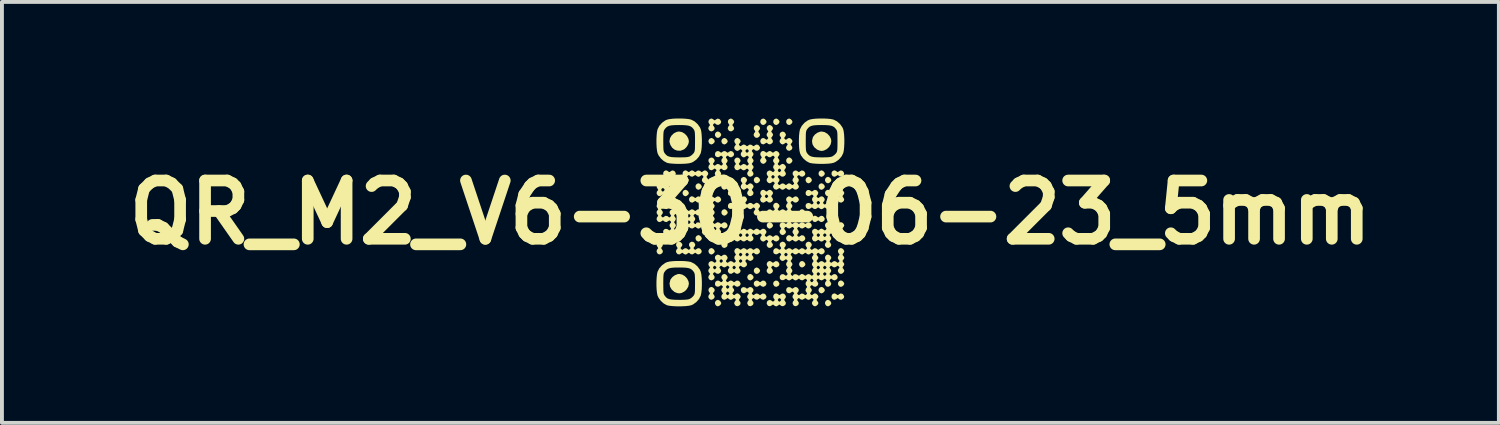
<source format=kicad_pcb>
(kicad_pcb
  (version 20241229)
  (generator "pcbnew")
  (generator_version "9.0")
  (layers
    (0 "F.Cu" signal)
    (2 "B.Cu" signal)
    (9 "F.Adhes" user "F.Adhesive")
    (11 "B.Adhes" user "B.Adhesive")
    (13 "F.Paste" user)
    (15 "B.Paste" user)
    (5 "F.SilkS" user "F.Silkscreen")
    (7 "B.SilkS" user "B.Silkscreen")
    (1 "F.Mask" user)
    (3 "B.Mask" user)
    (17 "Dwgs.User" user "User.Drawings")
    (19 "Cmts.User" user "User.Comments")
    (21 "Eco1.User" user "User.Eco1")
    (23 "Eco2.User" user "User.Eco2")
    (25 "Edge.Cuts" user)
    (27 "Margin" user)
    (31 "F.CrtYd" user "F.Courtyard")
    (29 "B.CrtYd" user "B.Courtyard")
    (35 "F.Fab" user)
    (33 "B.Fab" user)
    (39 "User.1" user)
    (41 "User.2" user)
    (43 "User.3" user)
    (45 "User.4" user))
  (footprint "QR_M2_V6-30-06-23_5mm"
    (layer "F.Cu")
    (at 16.264 2.418)
    (property "Reference" "QR_M2_V6-30-06-23_5mm" (at 0 0 0) (layer "F.SilkS") (effects (font (size 1.5 1.5) (thickness 0.3))))
    (attr board_only exclude_from_pos_files exclude_from_bom)
    (fp_poly (pts (xy 0.697 1.76) (xy 0.722 1.78) (xy 0.748 1.825) (xy 0.74 1.866) (xy 0.72 1.889) (xy 0.674 1.914) (xy 0.63 1.906) (xy 0.61 1.89) (xy 0.586 1.846) (xy 0.592 1.8) (xy 0.61 1.776) (xy 0.653 1.752)) (stroke (width 0) (type solid)) (fill yes) (layer "F.SilkS"))
    (fp_poly (pts (xy -1.798 -0.736) (xy -1.765 -0.704) (xy -1.75 -0.666) (xy -1.75 -0.664) (xy -1.764 -0.63) (xy -1.796 -0.6) (xy -1.833 -0.584) (xy -1.838 -0.583) (xy -1.87 -0.594) (xy -1.89 -0.61) (xy -1.912 -0.651) (xy -1.909 -0.695) (xy -1.884 -0.732) (xy -1.843 -0.75) (xy -1.835 -0.75)) (stroke (width 0) (type solid)) (fill yes) (layer "F.SilkS"))
    (fp_poly (pts (xy -1.631 -0.57) (xy -1.599 -0.537) (xy -1.583 -0.5) (xy -1.583 -0.497) (xy -1.597 -0.464) (xy -1.629 -0.433) (xy -1.666 -0.417) (xy -1.671 -0.417) (xy -1.704 -0.428) (xy -1.724 -0.443) (xy -1.746 -0.484) (xy -1.742 -0.528) (xy -1.718 -0.565) (xy -1.676 -0.583) (xy -1.668 -0.583)) (stroke (width 0) (type solid)) (fill yes) (layer "F.SilkS"))
    (fp_poly (pts (xy -1.298 -0.736) (xy -1.265 -0.704) (xy -1.25 -0.666) (xy -1.25 -0.664) (xy -1.264 -0.63) (xy -1.296 -0.6) (xy -1.333 -0.584) (xy -1.338 -0.583) (xy -1.37 -0.594) (xy -1.39 -0.61) (xy -1.412 -0.651) (xy -1.409 -0.695) (xy -1.384 -0.732) (xy -1.343 -0.75) (xy -1.335 -0.75)) (stroke (width 0) (type solid)) (fill yes) (layer "F.SilkS"))
    (fp_poly (pts (xy -1.298 0.597) (xy -1.265 0.629) (xy -1.25 0.667) (xy -1.25 0.67) (xy -1.264 0.703) (xy -1.296 0.734) (xy -1.333 0.75) (xy -1.338 0.75) (xy -1.37 0.739) (xy -1.39 0.724) (xy -1.412 0.683) (xy -1.409 0.638) (xy -1.384 0.602) (xy -1.343 0.584) (xy -1.335 0.583)) (stroke (width 0) (type solid)) (fill yes) (layer "F.SilkS"))
    (fp_poly (pts (xy -0.965 -1.903) (xy -0.932 -1.871) (xy -0.917 -1.833) (xy -0.917 -1.83) (xy -0.93 -1.797) (xy -0.962 -1.766) (xy -0.999 -1.75) (xy -1.004 -1.75) (xy -1.037 -1.761) (xy -1.057 -1.776) (xy -1.079 -1.817) (xy -1.076 -1.862) (xy -1.051 -1.898) (xy -1.01 -1.916) (xy -1.001 -1.917)) (stroke (width 0) (type solid)) (fill yes) (layer "F.SilkS"))
    (fp_poly (pts (xy -0.965 -0.736) (xy -0.932 -0.704) (xy -0.917 -0.666) (xy -0.917 -0.664) (xy -0.93 -0.63) (xy -0.962 -0.6) (xy -0.999 -0.584) (xy -1.004 -0.583) (xy -1.037 -0.594) (xy -1.057 -0.61) (xy -1.079 -0.651) (xy -1.076 -0.695) (xy -1.051 -0.732) (xy -1.01 -0.75) (xy -1.001 -0.75)) (stroke (width 0) (type solid)) (fill yes) (layer "F.SilkS"))
    (fp_poly (pts (xy -0.965 0.93) (xy -0.932 0.963) (xy -0.917 1) (xy -0.917 1.003) (xy -0.93 1.036) (xy -0.962 1.067) (xy -0.999 1.083) (xy -1.004 1.083) (xy -1.037 1.072) (xy -1.057 1.057) (xy -1.079 1.016) (xy -1.076 0.972) (xy -1.051 0.935) (xy -1.01 0.917) (xy -1.001 0.917)) (stroke (width 0) (type solid)) (fill yes) (layer "F.SilkS"))
    (fp_poly (pts (xy -0.798 -2.07) (xy -0.765 -2.037) (xy -0.75 -2) (xy -0.75 -1.997) (xy -0.764 -1.964) (xy -0.796 -1.933) (xy -0.833 -1.917) (xy -0.838 -1.917) (xy -0.87 -1.928) (xy -0.89 -1.943) (xy -0.912 -1.984) (xy -0.909 -2.028) (xy -0.884 -2.065) (xy -0.843 -2.083) (xy -0.835 -2.083)) (stroke (width 0) (type solid)) (fill yes) (layer "F.SilkS"))
    (fp_poly (pts (xy -0.798 2.264) (xy -0.765 2.296) (xy -0.75 2.334) (xy -0.75 2.336) (xy -0.764 2.37) (xy -0.796 2.4) (xy -0.833 2.416) (xy -0.838 2.417) (xy -0.87 2.406) (xy -0.89 2.39) (xy -0.912 2.349) (xy -0.909 2.305) (xy -0.884 2.268) (xy -0.843 2.25) (xy -0.835 2.25)) (stroke (width 0) (type solid)) (fill yes) (layer "F.SilkS"))
    (fp_poly (pts (xy -0.631 -1.903) (xy -0.599 -1.871) (xy -0.583 -1.833) (xy -0.583 -1.83) (xy -0.597 -1.797) (xy -0.629 -1.766) (xy -0.666 -1.75) (xy -0.671 -1.75) (xy -0.704 -1.761) (xy -0.724 -1.776) (xy -0.746 -1.817) (xy -0.742 -1.862) (xy -0.718 -1.898) (xy -0.676 -1.916) (xy -0.668 -1.917)) (stroke (width 0) (type solid)) (fill yes) (layer "F.SilkS"))
    (fp_poly (pts (xy -0.631 -0.07) (xy -0.599 -0.037) (xy -0.583 0.000213) (xy -0.583 0.003) (xy -0.597 0.036) (xy -0.629 0.067) (xy -0.666 0.083) (xy -0.671 0.083) (xy -0.704 0.072) (xy -0.724 0.057) (xy -0.746 0.016) (xy -0.742 -0.028) (xy -0.718 -0.065) (xy -0.676 -0.083) (xy -0.668 -0.083)) (stroke (width 0) (type solid)) (fill yes) (layer "F.SilkS"))
    (fp_poly (pts (xy 0.035 1.597) (xy 0.068 1.629) (xy 0.083 1.667) (xy 0.083 1.67) (xy 0.07 1.703) (xy 0.038 1.734) (xy 0.001 1.75) (xy -0.004 1.75) (xy -0.037 1.739) (xy -0.057 1.724) (xy -0.079 1.683) (xy -0.076 1.638) (xy -0.051 1.602) (xy -0.01 1.584) (xy -0.001 1.583)) (stroke (width 0) (type solid)) (fill yes) (layer "F.SilkS"))
    (fp_poly (pts (xy 0.202 -0.903) (xy 0.235 -0.871) (xy 0.25 -0.833) (xy 0.25 -0.83) (xy 0.236 -0.797) (xy 0.204 -0.766) (xy 0.167 -0.75) (xy 0.162 -0.75) (xy 0.13 -0.761) (xy 0.11 -0.776) (xy 0.088 -0.817) (xy 0.091 -0.862) (xy 0.116 -0.898) (xy 0.157 -0.916) (xy 0.165 -0.917)) (stroke (width 0) (type solid)) (fill yes) (layer "F.SilkS"))
    (fp_poly (pts (xy 0.202 1.43) (xy 0.235 1.463) (xy 0.25 1.5) (xy 0.25 1.503) (xy 0.236 1.536) (xy 0.204 1.567) (xy 0.167 1.583) (xy 0.162 1.583) (xy 0.13 1.572) (xy 0.11 1.557) (xy 0.088 1.516) (xy 0.091 1.472) (xy 0.116 1.435) (xy 0.157 1.417) (xy 0.165 1.417)) (stroke (width 0) (type solid)) (fill yes) (layer "F.SilkS"))
    (fp_poly (pts (xy 0.369 -2.403) (xy 0.401 -2.371) (xy 0.417 -2.333) (xy 0.417 -2.33) (xy 0.403 -2.297) (xy 0.371 -2.266) (xy 0.334 -2.25) (xy 0.329 -2.25) (xy 0.296 -2.261) (xy 0.276 -2.276) (xy 0.254 -2.317) (xy 0.258 -2.362) (xy 0.282 -2.398) (xy 0.324 -2.416) (xy 0.332 -2.417)) (stroke (width 0) (type solid)) (fill yes) (layer "F.SilkS"))
    (fp_poly (pts (xy 0.369 0.097) (xy 0.401 0.129) (xy 0.417 0.167) (xy 0.417 0.17) (xy 0.403 0.203) (xy 0.371 0.234) (xy 0.334 0.25) (xy 0.329 0.25) (xy 0.296 0.239) (xy 0.276 0.224) (xy 0.254 0.183) (xy 0.258 0.138) (xy 0.282 0.102) (xy 0.324 0.084) (xy 0.332 0.083)) (stroke (width 0) (type solid)) (fill yes) (layer "F.SilkS"))
    (fp_poly (pts (xy 0.535 0.264) (xy 0.568 0.296) (xy 0.583 0.334) (xy 0.583 0.336) (xy 0.57 0.37) (xy 0.538 0.4) (xy 0.501 0.416) (xy 0.496 0.417) (xy 0.463 0.406) (xy 0.443 0.39) (xy 0.421 0.349) (xy 0.424 0.305) (xy 0.449 0.268) (xy 0.49 0.25) (xy 0.499 0.25)) (stroke (width 0) (type solid)) (fill yes) (layer "F.SilkS"))
    (fp_poly (pts (xy 0.702 -2.403) (xy 0.735 -2.371) (xy 0.75 -2.333) (xy 0.75 -2.33) (xy 0.736 -2.297) (xy 0.704 -2.266) (xy 0.667 -2.25) (xy 0.662 -2.25) (xy 0.63 -2.261) (xy 0.61 -2.276) (xy 0.588 -2.317) (xy 0.591 -2.362) (xy 0.616 -2.398) (xy 0.657 -2.416) (xy 0.665 -2.417)) (stroke (width 0) (type solid)) (fill yes) (layer "F.SilkS"))
    (fp_poly (pts (xy 1.035 -2.403) (xy 1.068 -2.371) (xy 1.083 -2.333) (xy 1.083 -2.33) (xy 1.07 -2.297) (xy 1.038 -2.266) (xy 1.001 -2.25) (xy 0.996 -2.25) (xy 0.963 -2.261) (xy 0.943 -2.276) (xy 0.921 -2.317) (xy 0.924 -2.362) (xy 0.949 -2.398) (xy 0.99 -2.416) (xy 0.999 -2.417)) (stroke (width 0) (type solid)) (fill yes) (layer "F.SilkS"))
    (fp_poly (pts (xy 1.035 -1.403) (xy 1.068 -1.371) (xy 1.083 -1.333) (xy 1.083 -1.33) (xy 1.07 -1.297) (xy 1.038 -1.266) (xy 1.001 -1.25) (xy 0.996 -1.25) (xy 0.963 -1.261) (xy 0.943 -1.276) (xy 0.921 -1.317) (xy 0.924 -1.362) (xy 0.949 -1.398) (xy 0.99 -1.416) (xy 0.999 -1.417)) (stroke (width 0) (type solid)) (fill yes) (layer "F.SilkS"))
    (fp_poly (pts (xy 1.369 -0.07) (xy 1.401 -0.037) (xy 1.417 0.000213) (xy 1.417 0.003) (xy 1.403 0.036) (xy 1.371 0.067) (xy 1.334 0.083) (xy 1.329 0.083) (xy 1.296 0.072) (xy 1.276 0.057) (xy 1.254 0.016) (xy 1.258 -0.028) (xy 1.282 -0.065) (xy 1.324 -0.083) (xy 1.332 -0.083)) (stroke (width 0) (type solid)) (fill yes) (layer "F.SilkS"))
    (fp_poly (pts (xy 1.369 1.264) (xy 1.401 1.296) (xy 1.417 1.334) (xy 1.417 1.336) (xy 1.403 1.37) (xy 1.371 1.4) (xy 1.334 1.416) (xy 1.329 1.417) (xy 1.296 1.406) (xy 1.276 1.39) (xy 1.254 1.349) (xy 1.258 1.305) (xy 1.282 1.268) (xy 1.324 1.25) (xy 1.332 1.25)) (stroke (width 0) (type solid)) (fill yes) (layer "F.SilkS"))
    (fp_poly (pts (xy 1.535 -0.903) (xy 1.568 -0.871) (xy 1.583 -0.833) (xy 1.583 -0.83) (xy 1.57 -0.797) (xy 1.538 -0.766) (xy 1.501 -0.75) (xy 1.496 -0.75) (xy 1.463 -0.761) (xy 1.443 -0.776) (xy 1.421 -0.817) (xy 1.424 -0.862) (xy 1.449 -0.898) (xy 1.49 -0.916) (xy 1.499 -0.917)) (stroke (width 0) (type solid)) (fill yes) (layer "F.SilkS"))
    (fp_poly (pts (xy 1.869 -1.07) (xy 1.901 -1.037) (xy 1.917 -1) (xy 1.917 -0.997) (xy 1.903 -0.964) (xy 1.871 -0.933) (xy 1.834 -0.917) (xy 1.829 -0.917) (xy 1.796 -0.928) (xy 1.776 -0.943) (xy 1.754 -0.984) (xy 1.758 -1.028) (xy 1.782 -1.065) (xy 1.824 -1.083) (xy 1.832 -1.083)) (stroke (width 0) (type solid)) (fill yes) (layer "F.SilkS"))
    (fp_poly (pts (xy 1.869 -0.736) (xy 1.901 -0.704) (xy 1.917 -0.666) (xy 1.917 -0.664) (xy 1.903 -0.63) (xy 1.871 -0.6) (xy 1.834 -0.584) (xy 1.829 -0.583) (xy 1.796 -0.594) (xy 1.776 -0.61) (xy 1.754 -0.651) (xy 1.758 -0.695) (xy 1.782 -0.732) (xy 1.824 -0.75) (xy 1.832 -0.75)) (stroke (width 0) (type solid)) (fill yes) (layer "F.SilkS"))
    (fp_poly (pts (xy 1.869 1.93) (xy 1.901 1.963) (xy 1.917 2) (xy 1.917 2.003) (xy 1.903 2.036) (xy 1.871 2.067) (xy 1.834 2.083) (xy 1.829 2.083) (xy 1.796 2.072) (xy 1.776 2.057) (xy 1.754 2.016) (xy 1.758 1.972) (xy 1.782 1.935) (xy 1.824 1.917) (xy 1.832 1.917)) (stroke (width 0) (type solid)) (fill yes) (layer "F.SilkS"))
    (fp_poly (pts (xy 2.035 -0.903) (xy 2.068 -0.871) (xy 2.083 -0.833) (xy 2.083 -0.83) (xy 2.07 -0.797) (xy 2.038 -0.766) (xy 2.001 -0.75) (xy 1.996 -0.75) (xy 1.963 -0.761) (xy 1.943 -0.776) (xy 1.921 -0.817) (xy 1.924 -0.862) (xy 1.949 -0.898) (xy 1.99 -0.916) (xy 1.999 -0.917)) (stroke (width 0) (type solid)) (fill yes) (layer "F.SilkS"))
    (fp_poly (pts (xy 2.035 -0.57) (xy 2.068 -0.537) (xy 2.083 -0.5) (xy 2.083 -0.497) (xy 2.07 -0.464) (xy 2.038 -0.433) (xy 2.001 -0.417) (xy 1.996 -0.417) (xy 1.963 -0.428) (xy 1.943 -0.443) (xy 1.921 -0.484) (xy 1.924 -0.528) (xy 1.949 -0.565) (xy 1.99 -0.583) (xy 1.999 -0.583)) (stroke (width 0) (type solid)) (fill yes) (layer "F.SilkS"))
    (fp_poly (pts (xy 2.035 2.264) (xy 2.068 2.296) (xy 2.083 2.334) (xy 2.083 2.336) (xy 2.07 2.37) (xy 2.038 2.4) (xy 2.001 2.416) (xy 1.996 2.417) (xy 1.963 2.406) (xy 1.943 2.39) (xy 1.921 2.349) (xy 1.924 2.305) (xy 1.949 2.268) (xy 1.99 2.25) (xy 1.999 2.25)) (stroke (width 0) (type solid)) (fill yes) (layer "F.SilkS"))
    (fp_poly (pts (xy 2.369 1.764) (xy 2.401 1.796) (xy 2.417 1.834) (xy 2.417 1.836) (xy 2.403 1.87) (xy 2.371 1.9) (xy 2.334 1.916) (xy 2.329 1.917) (xy 2.296 1.906) (xy 2.276 1.89) (xy 2.254 1.849) (xy 2.258 1.805) (xy 2.282 1.768) (xy 2.324 1.75) (xy 2.332 1.75)) (stroke (width 0) (type solid)) (fill yes) (layer "F.SilkS"))
    (fp_poly (pts (xy -1.759 -2.068) (xy -1.689 -2.026) (xy -1.632 -1.966) (xy -1.594 -1.892) (xy -1.583 -1.826) (xy -1.597 -1.762) (xy -1.634 -1.695) (xy -1.686 -1.639) (xy -1.717 -1.619) (xy -1.8 -1.588) (xy -1.885 -1.592) (xy -1.954 -1.618) (xy -2.013 -1.666) (xy -2.058 -1.735) (xy -2.082 -1.812) (xy -2.083 -1.837) (xy -2.068 -1.914) (xy -2.026 -1.984) (xy -1.965 -2.04) (xy -1.891 -2.075) (xy -1.836 -2.083)) (stroke (width 0) (type solid)) (fill yes) (layer "F.SilkS"))
    (fp_poly (pts (xy -1.756 1.599) (xy -1.686 1.64) (xy -1.629 1.701) (xy -1.593 1.774) (xy -1.583 1.833) (xy -1.599 1.911) (xy -1.641 1.981) (xy -1.702 2.038) (xy -1.775 2.074) (xy -1.836 2.083) (xy -1.886 2.074) (xy -1.942 2.052) (xy -1.957 2.044) (xy -2.026 1.984) (xy -2.068 1.911) (xy -2.081 1.828) (xy -2.062 1.742) (xy -2.052 1.72) (xy -2.006 1.662) (xy -1.941 1.615) (xy -1.869 1.587) (xy -1.833 1.583)) (stroke (width 0) (type solid)) (fill yes) (layer "F.SilkS"))
    (fp_poly (pts (xy 1.91 -2.068) (xy 1.981 -2.026) (xy 2.038 -1.965) (xy 2.074 -1.893) (xy 2.083 -1.833) (xy 2.068 -1.756) (xy 2.026 -1.685) (xy 1.965 -1.629) (xy 1.892 -1.593) (xy 1.831 -1.583) (xy 1.781 -1.592) (xy 1.725 -1.614) (xy 1.71 -1.623) (xy 1.64 -1.682) (xy 1.598 -1.756) (xy 1.586 -1.839) (xy 1.605 -1.924) (xy 1.615 -1.947) (xy 1.66 -2.005) (xy 1.725 -2.052) (xy 1.797 -2.079) (xy 1.833 -2.083)) (stroke (width 0) (type solid)) (fill yes) (layer "F.SilkS"))
    (fp_poly (pts (xy -2.303 0.76) (xy -2.278 0.78) (xy -2.253 0.822) (xy -2.26 0.862) (xy -2.278 0.886) (xy -2.296 0.912) (xy -2.29 0.932) (xy -2.278 0.947) (xy -2.252 0.991) (xy -2.26 1.032) (xy -2.28 1.056) (xy -2.326 1.081) (xy -2.37 1.073) (xy -2.39 1.057) (xy -2.414 1.013) (xy -2.408 0.966) (xy -2.39 0.943) (xy -2.373 0.92) (xy -2.382 0.9) (xy -2.39 0.89) (xy -2.414 0.846) (xy -2.408 0.8) (xy -2.39 0.776) (xy -2.347 0.752)) (stroke (width 0) (type solid)) (fill yes) (layer "F.SilkS"))
    (fp_poly (pts (xy 0.197 1.761) (xy 0.219 1.777) (xy 0.244 1.795) (xy 0.263 1.788) (xy 0.275 1.777) (xy 0.319 1.752) (xy 0.364 1.76) (xy 0.389 1.78) (xy 0.414 1.825) (xy 0.406 1.866) (xy 0.386 1.889) (xy 0.341 1.914) (xy 0.297 1.906) (xy 0.275 1.89) (xy 0.252 1.872) (xy 0.232 1.878) (xy 0.219 1.89) (xy 0.173 1.914) (xy 0.129 1.906) (xy 0.11 1.89) (xy 0.086 1.846) (xy 0.092 1.8) (xy 0.11 1.776) (xy 0.152 1.752)) (stroke (width 0) (type solid)) (fill yes) (layer "F.SilkS"))
    (fp_poly (pts (xy -2.138 -1.073) (xy -2.115 -1.056) (xy -2.09 -1.038) (xy -2.07 -1.045) (xy -2.058 -1.056) (xy -2.014 -1.081) (xy -1.97 -1.073) (xy -1.944 -1.053) (xy -1.919 -1.009) (xy -1.927 -0.968) (xy -1.947 -0.944) (xy -1.993 -0.919) (xy -2.037 -0.927) (xy -2.058 -0.944) (xy -2.081 -0.962) (xy -2.101 -0.955) (xy -2.115 -0.944) (xy -2.16 -0.919) (xy -2.204 -0.927) (xy -2.224 -0.943) (xy -2.245 -0.983) (xy -2.242 -1.028) (xy -2.219 -1.064) (xy -2.18 -1.083) (xy -2.171 -1.083)) (stroke (width 0) (type solid)) (fill yes) (layer "F.SilkS"))
    (fp_poly (pts (xy -1.471 -0.406) (xy -1.448 -0.39) (xy -1.423 -0.372) (xy -1.403 -0.378) (xy -1.391 -0.39) (xy -1.348 -0.414) (xy -1.303 -0.407) (xy -1.278 -0.386) (xy -1.252 -0.342) (xy -1.26 -0.301) (xy -1.28 -0.278) (xy -1.326 -0.252) (xy -1.37 -0.26) (xy -1.391 -0.277) (xy -1.414 -0.295) (xy -1.435 -0.288) (xy -1.448 -0.277) (xy -1.493 -0.252) (xy -1.537 -0.261) (xy -1.557 -0.276) (xy -1.579 -0.317) (xy -1.576 -0.361) (xy -1.552 -0.398) (xy -1.513 -0.416) (xy -1.504 -0.417)) (stroke (width 0) (type solid)) (fill yes) (layer "F.SilkS"))
    (fp_poly (pts (xy 1.695 0.094) (xy 1.719 0.11) (xy 1.744 0.128) (xy 1.763 0.122) (xy 1.775 0.11) (xy 1.819 0.086) (xy 1.864 0.093) (xy 1.889 0.114) (xy 1.914 0.158) (xy 1.906 0.199) (xy 1.886 0.222) (xy 1.841 0.248) (xy 1.797 0.24) (xy 1.775 0.223) (xy 1.752 0.205) (xy 1.732 0.212) (xy 1.719 0.223) (xy 1.673 0.248) (xy 1.629 0.239) (xy 1.61 0.224) (xy 1.588 0.183) (xy 1.591 0.139) (xy 1.614 0.102) (xy 1.654 0.084) (xy 1.662 0.083)) (stroke (width 0) (type solid)) (fill yes) (layer "F.SilkS"))
    (fp_poly (pts (xy 2.195 -1.073) (xy 2.219 -1.056) (xy 2.244 -1.038) (xy 2.263 -1.045) (xy 2.275 -1.056) (xy 2.319 -1.081) (xy 2.364 -1.073) (xy 2.389 -1.053) (xy 2.414 -1.009) (xy 2.406 -0.968) (xy 2.386 -0.944) (xy 2.341 -0.919) (xy 2.297 -0.927) (xy 2.275 -0.944) (xy 2.252 -0.962) (xy 2.232 -0.955) (xy 2.219 -0.944) (xy 2.173 -0.919) (xy 2.129 -0.927) (xy 2.11 -0.943) (xy 2.088 -0.983) (xy 2.091 -1.028) (xy 2.114 -1.064) (xy 2.154 -1.083) (xy 2.162 -1.083)) (stroke (width 0) (type solid)) (fill yes) (layer "F.SilkS"))
    (fp_poly (pts (xy 2.195 2.094) (xy 2.219 2.11) (xy 2.244 2.128) (xy 2.263 2.122) (xy 2.275 2.11) (xy 2.319 2.086) (xy 2.364 2.093) (xy 2.389 2.114) (xy 2.414 2.158) (xy 2.406 2.199) (xy 2.386 2.222) (xy 2.341 2.248) (xy 2.297 2.24) (xy 2.275 2.223) (xy 2.252 2.205) (xy 2.232 2.212) (xy 2.219 2.223) (xy 2.173 2.248) (xy 2.129 2.239) (xy 2.11 2.224) (xy 2.088 2.183) (xy 2.091 2.139) (xy 2.114 2.102) (xy 2.154 2.084) (xy 2.162 2.083)) (stroke (width 0) (type solid)) (fill yes) (layer "F.SilkS"))
    (fp_poly (pts (xy -0.966 1.93) (xy -0.933 1.961) (xy -0.917 1.997) (xy -0.917 2) (xy -0.927 2.029) (xy -0.944 2.053) (xy -0.963 2.078) (xy -0.957 2.099) (xy -0.944 2.114) (xy -0.919 2.158) (xy -0.927 2.199) (xy -0.947 2.222) (xy -0.993 2.248) (xy -1.037 2.24) (xy -1.057 2.224) (xy -1.079 2.189) (xy -1.083 2.167) (xy -1.072 2.13) (xy -1.057 2.11) (xy -1.04 2.086) (xy -1.048 2.066) (xy -1.057 2.057) (xy -1.079 2.016) (xy -1.076 1.972) (xy -1.051 1.935) (xy -1.01 1.917) (xy -1.001 1.917)) (stroke (width 0) (type solid)) (fill yes) (layer "F.SilkS"))
    (fp_poly (pts (xy -0.632 -0.903) (xy -0.6 -0.872) (xy -0.584 -0.837) (xy -0.583 -0.833) (xy -0.594 -0.804) (xy -0.611 -0.78) (xy -0.629 -0.755) (xy -0.623 -0.734) (xy -0.611 -0.72) (xy -0.586 -0.675) (xy -0.594 -0.634) (xy -0.614 -0.611) (xy -0.66 -0.586) (xy -0.703 -0.594) (xy -0.724 -0.61) (xy -0.745 -0.644) (xy -0.75 -0.667) (xy -0.739 -0.703) (xy -0.724 -0.724) (xy -0.706 -0.747) (xy -0.715 -0.767) (xy -0.724 -0.776) (xy -0.746 -0.817) (xy -0.742 -0.862) (xy -0.718 -0.898) (xy -0.676 -0.916) (xy -0.668 -0.917)) (stroke (width 0) (type solid)) (fill yes) (layer "F.SilkS"))
    (fp_poly (pts (xy -0.466 -2.403) (xy -0.433 -2.372) (xy -0.417 -2.337) (xy -0.417 -2.333) (xy -0.427 -2.304) (xy -0.444 -2.28) (xy -0.463 -2.255) (xy -0.457 -2.234) (xy -0.444 -2.22) (xy -0.419 -2.175) (xy -0.427 -2.134) (xy -0.447 -2.111) (xy -0.493 -2.086) (xy -0.537 -2.094) (xy -0.557 -2.11) (xy -0.579 -2.144) (xy -0.583 -2.167) (xy -0.572 -2.203) (xy -0.557 -2.224) (xy -0.54 -2.247) (xy -0.548 -2.267) (xy -0.557 -2.276) (xy -0.579 -2.317) (xy -0.576 -2.362) (xy -0.551 -2.398) (xy -0.51 -2.416) (xy -0.501 -2.417)) (stroke (width 0) (type solid)) (fill yes) (layer "F.SilkS"))
    (fp_poly (pts (xy 0.201 -2.237) (xy 0.234 -2.206) (xy 0.25 -2.17) (xy 0.25 -2.167) (xy 0.24 -2.138) (xy 0.222 -2.114) (xy 0.204 -2.088) (xy 0.21 -2.068) (xy 0.222 -2.053) (xy 0.248 -2.009) (xy 0.24 -1.968) (xy 0.22 -1.944) (xy 0.174 -1.919) (xy 0.13 -1.927) (xy 0.11 -1.943) (xy 0.088 -1.978) (xy 0.083 -2) (xy 0.095 -2.037) (xy 0.11 -2.057) (xy 0.127 -2.08) (xy 0.118 -2.1) (xy 0.11 -2.11) (xy 0.088 -2.151) (xy 0.091 -2.195) (xy 0.116 -2.232) (xy 0.157 -2.25) (xy 0.165 -2.25)) (stroke (width 0) (type solid)) (fill yes) (layer "F.SilkS"))
    (fp_poly (pts (xy -0.971 -2.406) (xy -0.948 -2.39) (xy -0.923 -2.372) (xy -0.903 -2.378) (xy -0.891 -2.39) (xy -0.848 -2.414) (xy -0.803 -2.407) (xy -0.778 -2.386) (xy -0.752 -2.342) (xy -0.76 -2.301) (xy -0.78 -2.278) (xy -0.826 -2.252) (xy -0.87 -2.26) (xy -0.892 -2.277) (xy -0.915 -2.296) (xy -0.935 -2.289) (xy -0.946 -2.278) (xy -0.964 -2.255) (xy -0.957 -2.235) (xy -0.945 -2.22) (xy -0.919 -2.176) (xy -0.927 -2.135) (xy -0.947 -2.111) (xy -0.993 -2.086) (xy -1.037 -2.094) (xy -1.057 -2.11) (xy -1.079 -2.144) (xy -1.083 -2.167) (xy -1.072 -2.203) (xy -1.057 -2.224) (xy -1.04 -2.247) (xy -1.048 -2.267) (xy -1.057 -2.276) (xy -1.079 -2.317) (xy -1.076 -2.361) (xy -1.052 -2.398) (xy -1.013 -2.416) (xy -1.004 -2.417)) (stroke (width 0) (type solid)) (fill yes) (layer "F.SilkS"))
    (fp_poly (pts (xy 0.529 1.261) (xy 0.552 1.277) (xy 0.577 1.295) (xy 0.597 1.288) (xy 0.609 1.277) (xy 0.652 1.252) (xy 0.697 1.26) (xy 0.722 1.28) (xy 0.748 1.325) (xy 0.74 1.366) (xy 0.72 1.389) (xy 0.674 1.414) (xy 0.63 1.406) (xy 0.608 1.389) (xy 0.585 1.371) (xy 0.565 1.378) (xy 0.554 1.389) (xy 0.536 1.412) (xy 0.543 1.432) (xy 0.555 1.447) (xy 0.581 1.491) (xy 0.573 1.532) (xy 0.553 1.556) (xy 0.507 1.581) (xy 0.463 1.573) (xy 0.443 1.557) (xy 0.421 1.522) (xy 0.417 1.5) (xy 0.428 1.463) (xy 0.443 1.443) (xy 0.46 1.42) (xy 0.452 1.4) (xy 0.443 1.39) (xy 0.421 1.35) (xy 0.424 1.306) (xy 0.448 1.269) (xy 0.487 1.251) (xy 0.496 1.25)) (stroke (width 0) (type solid)) (fill yes) (layer "F.SilkS"))
    (fp_poly (pts (xy -0.136 -0.906) (xy -0.111 -0.886) (xy -0.086 -0.844) (xy -0.093 -0.805) (xy -0.111 -0.78) (xy -0.13 -0.754) (xy -0.125 -0.735) (xy -0.113 -0.722) (xy -0.09 -0.704) (xy -0.07 -0.712) (xy -0.058 -0.723) (xy -0.024 -0.745) (xy -0.001 -0.75) (xy 0.034 -0.737) (xy 0.067 -0.706) (xy 0.083 -0.67) (xy 0.083 -0.667) (xy 0.073 -0.638) (xy 0.056 -0.614) (xy 0.037 -0.588) (xy 0.043 -0.568) (xy 0.056 -0.553) (xy 0.081 -0.509) (xy 0.073 -0.468) (xy 0.053 -0.444) (xy 0.007 -0.419) (xy -0.037 -0.427) (xy -0.057 -0.443) (xy -0.079 -0.478) (xy -0.083 -0.5) (xy -0.072 -0.537) (xy -0.057 -0.557) (xy -0.04 -0.58) (xy -0.048 -0.6) (xy -0.058 -0.61) (xy -0.081 -0.628) (xy -0.101 -0.622) (xy -0.115 -0.61) (xy -0.149 -0.589) (xy -0.171 -0.583) (xy -0.209 -0.598) (xy -0.239 -0.631) (xy -0.25 -0.667) (xy -0.239 -0.703) (xy -0.224 -0.724) (xy -0.206 -0.747) (xy -0.215 -0.767) (xy -0.224 -0.776) (xy -0.248 -0.82) (xy -0.241 -0.867) (xy -0.224 -0.89) (xy -0.181 -0.914)) (stroke (width 0) (type solid)) (fill yes) (layer "F.SilkS"))
    (fp_poly (pts (xy 0.864 -2.073) (xy 0.889 -2.053) (xy 0.914 -2.011) (xy 0.907 -1.971) (xy 0.889 -1.947) (xy 0.87 -1.921) (xy 0.875 -1.902) (xy 0.887 -1.889) (xy 0.91 -1.871) (xy 0.93 -1.878) (xy 0.942 -1.889) (xy 0.976 -1.911) (xy 0.999 -1.917) (xy 1.034 -1.903) (xy 1.067 -1.872) (xy 1.083 -1.837) (xy 1.083 -1.833) (xy 1.073 -1.804) (xy 1.056 -1.78) (xy 1.037 -1.755) (xy 1.043 -1.734) (xy 1.056 -1.72) (xy 1.081 -1.675) (xy 1.073 -1.634) (xy 1.053 -1.611) (xy 1.007 -1.586) (xy 0.963 -1.594) (xy 0.943 -1.61) (xy 0.921 -1.644) (xy 0.917 -1.667) (xy 0.928 -1.703) (xy 0.943 -1.724) (xy 0.96 -1.747) (xy 0.952 -1.767) (xy 0.942 -1.777) (xy 0.919 -1.795) (xy 0.899 -1.788) (xy 0.885 -1.777) (xy 0.851 -1.756) (xy 0.829 -1.75) (xy 0.791 -1.764) (xy 0.761 -1.798) (xy 0.75 -1.833) (xy 0.761 -1.87) (xy 0.776 -1.89) (xy 0.794 -1.914) (xy 0.785 -1.934) (xy 0.776 -1.943) (xy 0.752 -1.987) (xy 0.759 -2.034) (xy 0.776 -2.057) (xy 0.819 -2.081)) (stroke (width 0) (type solid)) (fill yes) (layer "F.SilkS"))
    (fp_poly (pts (xy 0.534 -2.237) (xy 0.567 -2.206) (xy 0.583 -2.17) (xy 0.583 -2.167) (xy 0.573 -2.138) (xy 0.556 -2.114) (xy 0.537 -2.088) (xy 0.543 -2.068) (xy 0.556 -2.053) (xy 0.577 -2.021) (xy 0.583 -2) (xy 0.573 -1.971) (xy 0.556 -1.947) (xy 0.537 -1.922) (xy 0.543 -1.901) (xy 0.556 -1.886) (xy 0.581 -1.842) (xy 0.573 -1.801) (xy 0.553 -1.778) (xy 0.507 -1.752) (xy 0.463 -1.76) (xy 0.442 -1.777) (xy 0.419 -1.795) (xy 0.399 -1.788) (xy 0.385 -1.777) (xy 0.34 -1.752) (xy 0.296 -1.761) (xy 0.276 -1.776) (xy 0.255 -1.817) (xy 0.258 -1.861) (xy 0.281 -1.898) (xy 0.32 -1.916) (xy 0.329 -1.917) (xy 0.362 -1.906) (xy 0.385 -1.89) (xy 0.41 -1.872) (xy 0.43 -1.878) (xy 0.442 -1.89) (xy 0.46 -1.913) (xy 0.452 -1.933) (xy 0.443 -1.943) (xy 0.421 -1.978) (xy 0.417 -2) (xy 0.428 -2.037) (xy 0.443 -2.057) (xy 0.46 -2.08) (xy 0.452 -2.1) (xy 0.443 -2.11) (xy 0.421 -2.151) (xy 0.424 -2.195) (xy 0.449 -2.232) (xy 0.49 -2.25) (xy 0.499 -2.25)) (stroke (width 0) (type solid)) (fill yes) (layer "F.SilkS"))
    (fp_poly (pts (xy 2.368 -0.737) (xy 2.4 -0.706) (xy 2.416 -0.67) (xy 2.417 -0.667) (xy 2.406 -0.638) (xy 2.389 -0.614) (xy 2.371 -0.588) (xy 2.377 -0.568) (xy 2.389 -0.553) (xy 2.411 -0.521) (xy 2.417 -0.5) (xy 2.406 -0.471) (xy 2.389 -0.447) (xy 2.371 -0.422) (xy 2.377 -0.401) (xy 2.389 -0.386) (xy 2.414 -0.342) (xy 2.406 -0.301) (xy 2.386 -0.278) (xy 2.34 -0.252) (xy 2.297 -0.26) (xy 2.276 -0.276) (xy 2.255 -0.311) (xy 2.25 -0.333) (xy 2.261 -0.37) (xy 2.276 -0.39) (xy 2.294 -0.414) (xy 2.285 -0.434) (xy 2.276 -0.443) (xy 2.255 -0.478) (xy 2.25 -0.5) (xy 2.261 -0.537) (xy 2.276 -0.557) (xy 2.294 -0.58) (xy 2.285 -0.6) (xy 2.275 -0.61) (xy 2.253 -0.628) (xy 2.233 -0.622) (xy 2.217 -0.608) (xy 2.176 -0.589) (xy 2.132 -0.593) (xy 2.099 -0.618) (xy 2.092 -0.633) (xy 2.089 -0.684) (xy 2.108 -0.723) (xy 2.143 -0.745) (xy 2.185 -0.744) (xy 2.217 -0.725) (xy 2.242 -0.706) (xy 2.262 -0.711) (xy 2.275 -0.723) (xy 2.31 -0.745) (xy 2.332 -0.75)) (stroke (width 0) (type solid)) (fill yes) (layer "F.SilkS"))
    (fp_poly (pts (xy 0.534 -0.57) (xy 0.567 -0.539) (xy 0.583 -0.503) (xy 0.583 -0.5) (xy 0.573 -0.471) (xy 0.556 -0.447) (xy 0.537 -0.422) (xy 0.543 -0.401) (xy 0.556 -0.386) (xy 0.581 -0.342) (xy 0.573 -0.301) (xy 0.553 -0.278) (xy 0.507 -0.252) (xy 0.463 -0.26) (xy 0.442 -0.277) (xy 0.419 -0.295) (xy 0.399 -0.288) (xy 0.385 -0.277) (xy 0.34 -0.252) (xy 0.296 -0.261) (xy 0.276 -0.276) (xy 0.255 -0.311) (xy 0.25 -0.333) (xy 0.261 -0.37) (xy 0.276 -0.39) (xy 0.294 -0.414) (xy 0.291 -0.42) (xy 0.37 -0.42) (xy 0.38 -0.395) (xy 0.383 -0.393) (xy 0.405 -0.37) (xy 0.424 -0.373) (xy 0.444 -0.392) (xy 0.46 -0.414) (xy 0.451 -0.435) (xy 0.442 -0.444) (xy 0.418 -0.462) (xy 0.399 -0.455) (xy 0.388 -0.445) (xy 0.37 -0.42) (xy 0.291 -0.42) (xy 0.285 -0.434) (xy 0.276 -0.443) (xy 0.255 -0.483) (xy 0.258 -0.528) (xy 0.281 -0.564) (xy 0.32 -0.583) (xy 0.329 -0.583) (xy 0.362 -0.573) (xy 0.385 -0.556) (xy 0.41 -0.538) (xy 0.43 -0.545) (xy 0.442 -0.556) (xy 0.476 -0.578) (xy 0.499 -0.583)) (stroke (width 0) (type solid)) (fill yes) (layer "F.SilkS"))
    (fp_poly (pts (xy 0.695 2.094) (xy 0.719 2.11) (xy 0.744 2.128) (xy 0.763 2.122) (xy 0.775 2.11) (xy 0.819 2.086) (xy 0.864 2.093) (xy 0.889 2.114) (xy 0.914 2.156) (xy 0.907 2.196) (xy 0.889 2.22) (xy 0.871 2.245) (xy 0.877 2.266) (xy 0.889 2.28) (xy 0.914 2.325) (xy 0.906 2.366) (xy 0.886 2.389) (xy 0.841 2.414) (xy 0.797 2.406) (xy 0.775 2.39) (xy 0.752 2.372) (xy 0.732 2.378) (xy 0.719 2.39) (xy 0.685 2.411) (xy 0.662 2.417) (xy 0.63 2.406) (xy 0.609 2.39) (xy 0.586 2.372) (xy 0.565 2.378) (xy 0.552 2.39) (xy 0.507 2.414) (xy 0.463 2.406) (xy 0.443 2.39) (xy 0.419 2.346) (xy 0.426 2.3) (xy 0.443 2.276) (xy 0.485 2.252) (xy 0.53 2.261) (xy 0.552 2.277) (xy 0.577 2.295) (xy 0.597 2.288) (xy 0.609 2.277) (xy 0.627 2.254) (xy 0.624 2.247) (xy 0.704 2.247) (xy 0.714 2.271) (xy 0.716 2.274) (xy 0.738 2.296) (xy 0.757 2.293) (xy 0.777 2.275) (xy 0.793 2.253) (xy 0.784 2.232) (xy 0.775 2.223) (xy 0.752 2.204) (xy 0.732 2.212) (xy 0.721 2.222) (xy 0.704 2.247) (xy 0.624 2.247) (xy 0.619 2.234) (xy 0.61 2.224) (xy 0.588 2.183) (xy 0.591 2.139) (xy 0.614 2.102) (xy 0.654 2.084) (xy 0.662 2.083)) (stroke (width 0) (type solid)) (fill yes) (layer "F.SilkS"))
    (fp_poly (pts (xy 0.03 1.927) (xy 0.056 1.947) (xy 0.081 1.989) (xy 0.074 2.029) (xy 0.055 2.053) (xy 0.037 2.079) (xy 0.042 2.098) (xy 0.054 2.111) (xy 0.077 2.129) (xy 0.097 2.122) (xy 0.108 2.111) (xy 0.151 2.086) (xy 0.196 2.094) (xy 0.219 2.11) (xy 0.244 2.128) (xy 0.263 2.122) (xy 0.275 2.11) (xy 0.319 2.086) (xy 0.364 2.093) (xy 0.389 2.114) (xy 0.414 2.158) (xy 0.406 2.199) (xy 0.386 2.222) (xy 0.341 2.248) (xy 0.297 2.24) (xy 0.275 2.223) (xy 0.252 2.205) (xy 0.232 2.212) (xy 0.219 2.223) (xy 0.173 2.248) (xy 0.129 2.239) (xy 0.108 2.223) (xy 0.085 2.204) (xy 0.065 2.211) (xy 0.054 2.222) (xy 0.036 2.245) (xy 0.043 2.265) (xy 0.055 2.28) (xy 0.081 2.324) (xy 0.073 2.365) (xy 0.053 2.389) (xy 0.007 2.414) (xy -0.037 2.406) (xy -0.057 2.39) (xy -0.081 2.346) (xy -0.074 2.3) (xy -0.057 2.276) (xy -0.04 2.253) (xy -0.048 2.233) (xy -0.057 2.224) (xy -0.079 2.189) (xy -0.083 2.167) (xy -0.072 2.13) (xy -0.057 2.11) (xy -0.04 2.087) (xy -0.048 2.067) (xy -0.058 2.056) (xy -0.08 2.039) (xy -0.101 2.045) (xy -0.117 2.058) (xy -0.159 2.08) (xy -0.2 2.074) (xy -0.232 2.047) (xy -0.246 2.005) (xy -0.242 1.967) (xy -0.216 1.934) (xy -0.175 1.921) (xy -0.132 1.931) (xy -0.117 1.942) (xy -0.091 1.961) (xy -0.072 1.956) (xy -0.058 1.944) (xy -0.014 1.919)) (stroke (width 0) (type solid)) (fill yes) (layer "F.SilkS"))
    (fp_poly (pts (xy -1.799 0.763) (xy -1.766 0.794) (xy -1.75 0.83) (xy -1.75 0.833) (xy -1.76 0.862) (xy -1.778 0.887) (xy -1.797 0.912) (xy -1.791 0.932) (xy -1.779 0.945) (xy -1.756 0.962) (xy -1.737 0.955) (xy -1.725 0.944) (xy -1.682 0.919) (xy -1.637 0.927) (xy -1.615 0.944) (xy -1.59 0.962) (xy -1.57 0.955) (xy -1.558 0.944) (xy -1.54 0.92) (xy -1.548 0.9) (xy -1.557 0.89) (xy -1.581 0.846) (xy -1.574 0.8) (xy -1.557 0.776) (xy -1.514 0.752) (xy -1.469 0.76) (xy -1.444 0.78) (xy -1.419 0.822) (xy -1.426 0.862) (xy -1.445 0.887) (xy -1.463 0.912) (xy -1.458 0.932) (xy -1.446 0.945) (xy -1.423 0.962) (xy -1.403 0.955) (xy -1.392 0.944) (xy -1.348 0.919) (xy -1.303 0.927) (xy -1.278 0.947) (xy -1.252 0.991) (xy -1.26 1.032) (xy -1.28 1.056) (xy -1.326 1.081) (xy -1.37 1.073) (xy -1.391 1.056) (xy -1.414 1.038) (xy -1.435 1.045) (xy -1.448 1.056) (xy -1.493 1.081) (xy -1.537 1.073) (xy -1.558 1.056) (xy -1.581 1.038) (xy -1.601 1.045) (xy -1.615 1.056) (xy -1.649 1.078) (xy -1.671 1.083) (xy -1.704 1.072) (xy -1.725 1.056) (xy -1.748 1.038) (xy -1.768 1.045) (xy -1.781 1.056) (xy -1.827 1.081) (xy -1.871 1.073) (xy -1.89 1.057) (xy -1.912 1.022) (xy -1.917 1) (xy -1.905 0.963) (xy -1.89 0.943) (xy -1.873 0.92) (xy -1.882 0.9) (xy -1.89 0.89) (xy -1.912 0.849) (xy -1.909 0.805) (xy -1.884 0.768) (xy -1.843 0.75) (xy -1.835 0.75)) (stroke (width 0) (type solid)) (fill yes) (layer "F.SilkS"))
    (fp_poly (pts (xy -1.132 -1.07) (xy -1.1 -1.039) (xy -1.084 -1.003) (xy -1.083 -1) (xy -1.094 -0.971) (xy -1.111 -0.947) (xy -1.129 -0.922) (xy -1.123 -0.901) (xy -1.111 -0.886) (xy -1.089 -0.853) (xy -1.083 -0.83) (xy -1.097 -0.797) (xy -1.129 -0.766) (xy -1.166 -0.75) (xy -1.171 -0.75) (xy -1.209 -0.764) (xy -1.239 -0.798) (xy -1.25 -0.833) (xy -1.239 -0.87) (xy -1.224 -0.89) (xy -1.206 -0.913) (xy -1.215 -0.933) (xy -1.225 -0.944) (xy -1.248 -0.962) (xy -1.268 -0.955) (xy -1.281 -0.944) (xy -1.315 -0.922) (xy -1.338 -0.917) (xy -1.37 -0.928) (xy -1.391 -0.944) (xy -1.414 -0.962) (xy -1.435 -0.955) (xy -1.448 -0.944) (xy -1.493 -0.919) (xy -1.537 -0.927) (xy -1.558 -0.944) (xy -1.582 -0.962) (xy -1.601 -0.955) (xy -1.613 -0.945) (xy -1.63 -0.922) (xy -1.624 -0.902) (xy -1.611 -0.887) (xy -1.586 -0.843) (xy -1.594 -0.801) (xy -1.614 -0.778) (xy -1.66 -0.752) (xy -1.703 -0.76) (xy -1.724 -0.776) (xy -1.745 -0.811) (xy -1.75 -0.833) (xy -1.739 -0.87) (xy -1.724 -0.89) (xy -1.706 -0.914) (xy -1.715 -0.934) (xy -1.724 -0.943) (xy -1.745 -0.983) (xy -1.742 -1.028) (xy -1.719 -1.064) (xy -1.68 -1.083) (xy -1.671 -1.083) (xy -1.638 -1.073) (xy -1.615 -1.056) (xy -1.59 -1.038) (xy -1.57 -1.045) (xy -1.558 -1.056) (xy -1.525 -1.078) (xy -1.504 -1.083) (xy -1.471 -1.073) (xy -1.448 -1.056) (xy -1.423 -1.038) (xy -1.403 -1.045) (xy -1.391 -1.056) (xy -1.348 -1.081) (xy -1.304 -1.073) (xy -1.281 -1.056) (xy -1.256 -1.038) (xy -1.237 -1.045) (xy -1.225 -1.056) (xy -1.19 -1.078) (xy -1.168 -1.083)) (stroke (width 0) (type solid)) (fill yes) (layer "F.SilkS"))
    (fp_poly (pts (xy -1.682 -2.413) (xy -1.594 -2.404) (xy -1.528 -2.39) (xy -1.525 -2.389) (xy -1.437 -2.344) (xy -1.359 -2.274) (xy -1.299 -2.19) (xy -1.278 -2.142) (xy -1.263 -2.078) (xy -1.254 -1.991) (xy -1.249 -1.89) (xy -1.249 -1.784) (xy -1.253 -1.682) (xy -1.263 -1.594) (xy -1.277 -1.528) (xy -1.278 -1.525) (xy -1.323 -1.437) (xy -1.392 -1.359) (xy -1.476 -1.299) (xy -1.525 -1.278) (xy -1.585 -1.264) (xy -1.668 -1.255) (xy -1.767 -1.251) (xy -1.871 -1.25) (xy -1.973 -1.254) (xy -2.062 -1.261) (xy -2.131 -1.273) (xy -2.149 -1.279) (xy -2.229 -1.322) (xy -2.303 -1.388) (xy -2.362 -1.467) (xy -2.389 -1.525) (xy -2.403 -1.588) (xy -2.413 -1.675) (xy -2.418 -1.777) (xy -2.418 -1.833) (xy -2.242 -1.833) (xy -2.241 -1.734) (xy -2.24 -1.662) (xy -2.237 -1.612) (xy -2.231 -1.577) (xy -2.222 -1.551) (xy -2.209 -1.529) (xy -2.205 -1.523) (xy -2.172 -1.484) (xy -2.135 -1.455) (xy -2.087 -1.436) (xy -2.023 -1.424) (xy -1.937 -1.419) (xy -1.836 -1.417) (xy -1.735 -1.418) (xy -1.66 -1.421) (xy -1.607 -1.428) (xy -1.569 -1.438) (xy -1.556 -1.444) (xy -1.507 -1.477) (xy -1.464 -1.521) (xy -1.462 -1.523) (xy -1.448 -1.545) (xy -1.438 -1.569) (xy -1.431 -1.601) (xy -1.427 -1.646) (xy -1.426 -1.711) (xy -1.425 -1.802) (xy -1.425 -1.833) (xy -1.425 -1.933) (xy -1.427 -2.004) (xy -1.43 -2.055) (xy -1.436 -2.09) (xy -1.445 -2.115) (xy -1.458 -2.137) (xy -1.462 -2.144) (xy -1.496 -2.184) (xy -1.534 -2.212) (xy -1.584 -2.232) (xy -1.651 -2.243) (xy -1.74 -2.249) (xy -1.833 -2.25) (xy -1.945 -2.248) (xy -2.03 -2.242) (xy -2.093 -2.229) (xy -2.14 -2.208) (xy -2.178 -2.177) (xy -2.204 -2.144) (xy -2.219 -2.122) (xy -2.229 -2.098) (xy -2.235 -2.066) (xy -2.239 -2.02) (xy -2.241 -1.955) (xy -2.242 -1.864) (xy -2.242 -1.833) (xy -2.418 -1.833) (xy -2.418 -1.883) (xy -2.413 -1.985) (xy -2.404 -2.073) (xy -2.39 -2.138) (xy -2.389 -2.142) (xy -2.344 -2.229) (xy -2.274 -2.308) (xy -2.19 -2.368) (xy -2.142 -2.389) (xy -2.078 -2.403) (xy -1.991 -2.413) (xy -1.89 -2.418) (xy -1.784 -2.418)) (stroke (width 0) (type solid)) (fill yes) (layer "F.SilkS"))
    (fp_poly (pts (xy -1.682 1.253) (xy -1.594 1.263) (xy -1.528 1.276) (xy -1.525 1.278) (xy -1.437 1.323) (xy -1.359 1.392) (xy -1.299 1.476) (xy -1.278 1.525) (xy -1.263 1.588) (xy -1.254 1.675) (xy -1.249 1.777) (xy -1.249 1.883) (xy -1.253 1.985) (xy -1.263 2.073) (xy -1.277 2.138) (xy -1.278 2.142) (xy -1.323 2.229) (xy -1.392 2.308) (xy -1.476 2.368) (xy -1.525 2.389) (xy -1.585 2.402) (xy -1.668 2.411) (xy -1.767 2.416) (xy -1.871 2.417) (xy -1.973 2.413) (xy -2.062 2.405) (xy -2.131 2.393) (xy -2.149 2.388) (xy -2.229 2.345) (xy -2.303 2.279) (xy -2.362 2.199) (xy -2.389 2.142) (xy -2.403 2.078) (xy -2.413 1.991) (xy -2.418 1.89) (xy -2.418 1.833) (xy -2.242 1.833) (xy -2.241 1.933) (xy -2.24 2.004) (xy -2.237 2.055) (xy -2.231 2.09) (xy -2.222 2.115) (xy -2.209 2.137) (xy -2.205 2.143) (xy -2.172 2.183) (xy -2.135 2.212) (xy -2.087 2.231) (xy -2.023 2.242) (xy -1.937 2.248) (xy -1.836 2.25) (xy -1.735 2.249) (xy -1.66 2.245) (xy -1.607 2.239) (xy -1.569 2.228) (xy -1.556 2.223) (xy -1.507 2.19) (xy -1.464 2.146) (xy -1.462 2.144) (xy -1.448 2.122) (xy -1.438 2.098) (xy -1.431 2.066) (xy -1.427 2.02) (xy -1.426 1.955) (xy -1.425 1.864) (xy -1.425 1.833) (xy -1.425 1.734) (xy -1.427 1.662) (xy -1.43 1.612) (xy -1.436 1.577) (xy -1.445 1.551) (xy -1.458 1.529) (xy -1.462 1.523) (xy -1.496 1.483) (xy -1.534 1.454) (xy -1.584 1.435) (xy -1.651 1.423) (xy -1.74 1.418) (xy -1.833 1.417) (xy -1.945 1.418) (xy -2.03 1.425) (xy -2.093 1.438) (xy -2.14 1.459) (xy -2.178 1.49) (xy -2.204 1.523) (xy -2.219 1.545) (xy -2.229 1.569) (xy -2.235 1.601) (xy -2.239 1.646) (xy -2.241 1.711) (xy -2.242 1.802) (xy -2.242 1.833) (xy -2.418 1.833) (xy -2.418 1.784) (xy -2.413 1.682) (xy -2.404 1.594) (xy -2.39 1.528) (xy -2.389 1.525) (xy -2.344 1.437) (xy -2.274 1.359) (xy -2.19 1.299) (xy -2.142 1.278) (xy -2.078 1.263) (xy -1.991 1.254) (xy -1.89 1.249) (xy -1.784 1.249)) (stroke (width 0) (type solid)) (fill yes) (layer "F.SilkS"))
    (fp_poly (pts (xy 1.985 -2.413) (xy 2.073 -2.404) (xy 2.138 -2.39) (xy 2.142 -2.389) (xy 2.229 -2.344) (xy 2.308 -2.274) (xy 2.368 -2.19) (xy 2.389 -2.142) (xy 2.403 -2.078) (xy 2.413 -1.991) (xy 2.418 -1.89) (xy 2.418 -1.784) (xy 2.413 -1.682) (xy 2.404 -1.594) (xy 2.39 -1.528) (xy 2.389 -1.525) (xy 2.344 -1.437) (xy 2.274 -1.359) (xy 2.19 -1.299) (xy 2.142 -1.278) (xy 2.082 -1.264) (xy 1.998 -1.255) (xy 1.9 -1.251) (xy 1.795 -1.25) (xy 1.694 -1.254) (xy 1.605 -1.261) (xy 1.536 -1.273) (xy 1.518 -1.279) (xy 1.438 -1.322) (xy 1.363 -1.388) (xy 1.304 -1.467) (xy 1.278 -1.525) (xy 1.263 -1.588) (xy 1.254 -1.675) (xy 1.249 -1.777) (xy 1.249 -1.833) (xy 1.425 -1.833) (xy 1.425 -1.734) (xy 1.427 -1.662) (xy 1.43 -1.612) (xy 1.436 -1.577) (xy 1.445 -1.551) (xy 1.458 -1.529) (xy 1.462 -1.523) (xy 1.495 -1.484) (xy 1.532 -1.455) (xy 1.58 -1.436) (xy 1.644 -1.424) (xy 1.73 -1.419) (xy 1.831 -1.417) (xy 1.932 -1.418) (xy 2.006 -1.421) (xy 2.06 -1.428) (xy 2.098 -1.438) (xy 2.11 -1.444) (xy 2.16 -1.477) (xy 2.203 -1.521) (xy 2.204 -1.523) (xy 2.219 -1.545) (xy 2.229 -1.569) (xy 2.235 -1.601) (xy 2.239 -1.646) (xy 2.241 -1.711) (xy 2.242 -1.802) (xy 2.242 -1.833) (xy 2.241 -1.933) (xy 2.24 -2.004) (xy 2.237 -2.055) (xy 2.231 -2.09) (xy 2.222 -2.115) (xy 2.209 -2.137) (xy 2.204 -2.144) (xy 2.171 -2.184) (xy 2.132 -2.212) (xy 2.082 -2.232) (xy 2.016 -2.243) (xy 1.926 -2.249) (xy 1.833 -2.25) (xy 1.721 -2.248) (xy 1.637 -2.242) (xy 1.574 -2.229) (xy 1.526 -2.208) (xy 1.489 -2.177) (xy 1.462 -2.144) (xy 1.448 -2.122) (xy 1.438 -2.098) (xy 1.431 -2.066) (xy 1.427 -2.02) (xy 1.426 -1.955) (xy 1.425 -1.864) (xy 1.425 -1.833) (xy 1.249 -1.833) (xy 1.249 -1.883) (xy 1.253 -1.985) (xy 1.263 -2.073) (xy 1.276 -2.138) (xy 1.278 -2.142) (xy 1.323 -2.229) (xy 1.392 -2.308) (xy 1.476 -2.368) (xy 1.525 -2.389) (xy 1.588 -2.403) (xy 1.675 -2.413) (xy 1.777 -2.418) (xy 1.883 -2.418)) (stroke (width 0) (type solid)) (fill yes) (layer "F.SilkS"))
    (fp_poly (pts (xy -0.637 -1.573) (xy -0.615 -1.556) (xy -0.59 -1.538) (xy -0.57 -1.545) (xy -0.558 -1.556) (xy -0.514 -1.581) (xy -0.47 -1.573) (xy -0.444 -1.553) (xy -0.419 -1.509) (xy -0.427 -1.468) (xy -0.447 -1.444) (xy -0.493 -1.419) (xy -0.537 -1.427) (xy -0.558 -1.444) (xy -0.582 -1.462) (xy -0.601 -1.455) (xy -0.613 -1.445) (xy -0.63 -1.422) (xy -0.624 -1.402) (xy -0.611 -1.387) (xy -0.586 -1.345) (xy -0.593 -1.305) (xy -0.611 -1.28) (xy -0.629 -1.255) (xy -0.623 -1.234) (xy -0.611 -1.22) (xy -0.586 -1.175) (xy -0.594 -1.134) (xy -0.614 -1.111) (xy -0.659 -1.086) (xy -0.703 -1.094) (xy -0.725 -1.111) (xy -0.748 -1.129) (xy -0.768 -1.122) (xy -0.779 -1.111) (xy -0.797 -1.088) (xy -0.791 -1.068) (xy -0.778 -1.053) (xy -0.753 -1.009) (xy -0.76 -0.968) (xy -0.78 -0.944) (xy -0.826 -0.919) (xy -0.87 -0.927) (xy -0.89 -0.943) (xy -0.912 -0.978) (xy -0.917 -1) (xy -0.905 -1.037) (xy -0.89 -1.057) (xy -0.873 -1.08) (xy -0.881 -1.1) (xy -0.891 -1.11) (xy -0.914 -1.128) (xy -0.935 -1.122) (xy -0.948 -1.11) (xy -0.993 -1.086) (xy -1.037 -1.094) (xy -1.057 -1.11) (xy -1.081 -1.154) (xy -1.074 -1.2) (xy -1.057 -1.224) (xy -1.04 -1.247) (xy -1.048 -1.267) (xy -1.057 -1.276) (xy -1.081 -1.32) (xy -1.074 -1.367) (xy -1.057 -1.39) (xy -1.014 -1.414) (xy -0.969 -1.406) (xy -0.944 -1.386) (xy -0.919 -1.344) (xy -0.926 -1.305) (xy -0.945 -1.28) (xy -0.963 -1.254) (xy -0.958 -1.235) (xy -0.946 -1.222) (xy -0.923 -1.204) (xy -0.903 -1.212) (xy -0.892 -1.223) (xy -0.849 -1.248) (xy -0.804 -1.24) (xy -0.781 -1.223) (xy -0.756 -1.205) (xy -0.737 -1.212) (xy -0.725 -1.223) (xy -0.707 -1.246) (xy -0.714 -1.266) (xy -0.724 -1.276) (xy -0.748 -1.32) (xy -0.741 -1.367) (xy -0.724 -1.39) (xy -0.706 -1.413) (xy -0.715 -1.433) (xy -0.725 -1.444) (xy -0.747 -1.461) (xy -0.767 -1.455) (xy -0.783 -1.442) (xy -0.824 -1.422) (xy -0.868 -1.427) (xy -0.901 -1.451) (xy -0.908 -1.467) (xy -0.911 -1.517) (xy -0.892 -1.556) (xy -0.857 -1.578) (xy -0.815 -1.577) (xy -0.783 -1.558) (xy -0.758 -1.539) (xy -0.738 -1.544) (xy -0.725 -1.556) (xy -0.682 -1.581)) (stroke (width 0) (type solid)) (fill yes) (layer "F.SilkS"))
    (fp_poly (pts (xy -0.303 -0.573) (xy -0.278 -0.553) (xy -0.253 -0.511) (xy -0.26 -0.471) (xy -0.278 -0.447) (xy -0.297 -0.421) (xy -0.291 -0.402) (xy -0.279 -0.389) (xy -0.256 -0.371) (xy -0.237 -0.378) (xy -0.225 -0.389) (xy -0.181 -0.414) (xy -0.136 -0.407) (xy -0.111 -0.386) (xy -0.086 -0.344) (xy -0.093 -0.305) (xy -0.111 -0.28) (xy -0.13 -0.254) (xy -0.125 -0.235) (xy -0.113 -0.222) (xy -0.09 -0.204) (xy -0.07 -0.212) (xy -0.058 -0.223) (xy -0.015 -0.248) (xy 0.029 -0.24) (xy 0.052 -0.223) (xy 0.077 -0.205) (xy 0.097 -0.212) (xy 0.109 -0.223) (xy 0.143 -0.245) (xy 0.165 -0.25) (xy 0.201 -0.237) (xy 0.234 -0.206) (xy 0.25 -0.17) (xy 0.25 -0.167) (xy 0.24 -0.138) (xy 0.222 -0.114) (xy 0.204 -0.088) (xy 0.21 -0.068) (xy 0.222 -0.053) (xy 0.248 -0.009) (xy 0.24 0.032) (xy 0.22 0.056) (xy 0.174 0.081) (xy 0.13 0.073) (xy 0.11 0.057) (xy 0.088 0.022) (xy 0.083 0) (xy 0.095 -0.037) (xy 0.11 -0.057) (xy 0.127 -0.08) (xy 0.119 -0.1) (xy 0.109 -0.11) (xy 0.086 -0.128) (xy 0.065 -0.122) (xy 0.052 -0.11) (xy 0.018 -0.089) (xy -0.004 -0.083) (xy -0.037 -0.094) (xy -0.058 -0.11) (xy -0.081 -0.128) (xy -0.101 -0.122) (xy -0.115 -0.11) (xy -0.149 -0.089) (xy -0.171 -0.083) (xy -0.204 -0.094) (xy -0.225 -0.11) (xy -0.248 -0.128) (xy -0.268 -0.122) (xy -0.281 -0.11) (xy -0.327 -0.086) (xy -0.371 -0.094) (xy -0.391 -0.11) (xy -0.414 -0.128) (xy -0.434 -0.122) (xy -0.45 -0.108) (xy -0.491 -0.089) (xy -0.534 -0.093) (xy -0.568 -0.118) (xy -0.575 -0.133) (xy -0.578 -0.184) (xy -0.558 -0.223) (xy -0.523 -0.245) (xy -0.481 -0.244) (xy -0.45 -0.225) (xy -0.424 -0.206) (xy -0.405 -0.211) (xy -0.391 -0.223) (xy -0.373 -0.246) (xy -0.376 -0.253) (xy -0.296 -0.253) (xy -0.286 -0.229) (xy -0.284 -0.226) (xy -0.262 -0.204) (xy -0.243 -0.207) (xy -0.223 -0.225) (xy -0.207 -0.247) (xy -0.216 -0.268) (xy -0.225 -0.277) (xy -0.248 -0.296) (xy -0.268 -0.288) (xy -0.279 -0.278) (xy -0.296 -0.253) (xy -0.376 -0.253) (xy -0.381 -0.266) (xy -0.39 -0.276) (xy -0.414 -0.32) (xy -0.408 -0.367) (xy -0.39 -0.39) (xy -0.373 -0.413) (xy -0.381 -0.433) (xy -0.391 -0.444) (xy -0.414 -0.461) (xy -0.434 -0.455) (xy -0.45 -0.442) (xy -0.491 -0.422) (xy -0.534 -0.427) (xy -0.568 -0.451) (xy -0.575 -0.467) (xy -0.578 -0.517) (xy -0.558 -0.556) (xy -0.523 -0.578) (xy -0.481 -0.577) (xy -0.45 -0.558) (xy -0.424 -0.539) (xy -0.405 -0.544) (xy -0.391 -0.556) (xy -0.348 -0.581)) (stroke (width 0) (type solid)) (fill yes) (layer "F.SilkS"))
    (fp_poly (pts (xy 1.697 -0.573) (xy 1.722 -0.553) (xy 1.747 -0.511) (xy 1.74 -0.471) (xy 1.722 -0.447) (xy 1.703 -0.421) (xy 1.709 -0.402) (xy 1.721 -0.389) (xy 1.744 -0.371) (xy 1.763 -0.378) (xy 1.775 -0.389) (xy 1.819 -0.414) (xy 1.864 -0.407) (xy 1.889 -0.386) (xy 1.914 -0.344) (xy 1.907 -0.305) (xy 1.889 -0.28) (xy 1.87 -0.254) (xy 1.875 -0.235) (xy 1.887 -0.222) (xy 1.91 -0.204) (xy 1.93 -0.212) (xy 1.942 -0.223) (xy 1.985 -0.248) (xy 2.029 -0.24) (xy 2.052 -0.223) (xy 2.077 -0.205) (xy 2.097 -0.212) (xy 2.109 -0.223) (xy 2.143 -0.245) (xy 2.165 -0.25) (xy 2.201 -0.237) (xy 2.234 -0.206) (xy 2.25 -0.17) (xy 2.25 -0.167) (xy 2.24 -0.138) (xy 2.222 -0.114) (xy 2.204 -0.088) (xy 2.21 -0.068) (xy 2.222 -0.053) (xy 2.244 -0.021) (xy 2.25 0) (xy 2.24 0.029) (xy 2.222 0.053) (xy 2.204 0.078) (xy 2.21 0.099) (xy 2.222 0.114) (xy 2.248 0.158) (xy 2.24 0.199) (xy 2.22 0.222) (xy 2.174 0.248) (xy 2.13 0.24) (xy 2.11 0.224) (xy 2.088 0.189) (xy 2.083 0.167) (xy 2.095 0.13) (xy 2.11 0.11) (xy 2.127 0.086) (xy 2.118 0.066) (xy 2.11 0.057) (xy 2.088 0.022) (xy 2.083 0) (xy 2.095 -0.037) (xy 2.11 -0.057) (xy 2.127 -0.08) (xy 2.119 -0.1) (xy 2.109 -0.11) (xy 2.086 -0.128) (xy 2.065 -0.122) (xy 2.052 -0.11) (xy 2.018 -0.089) (xy 1.996 -0.083) (xy 1.963 -0.094) (xy 1.942 -0.11) (xy 1.919 -0.128) (xy 1.899 -0.122) (xy 1.885 -0.11) (xy 1.851 -0.089) (xy 1.829 -0.083) (xy 1.796 -0.094) (xy 1.775 -0.11) (xy 1.752 -0.128) (xy 1.732 -0.122) (xy 1.719 -0.11) (xy 1.673 -0.086) (xy 1.629 -0.094) (xy 1.609 -0.11) (xy 1.586 -0.128) (xy 1.566 -0.122) (xy 1.55 -0.108) (xy 1.507 -0.087) (xy 1.466 -0.093) (xy 1.435 -0.119) (xy 1.42 -0.162) (xy 1.425 -0.2) (xy 1.45 -0.232) (xy 1.491 -0.245) (xy 1.535 -0.236) (xy 1.55 -0.225) (xy 1.576 -0.206) (xy 1.595 -0.211) (xy 1.609 -0.223) (xy 1.627 -0.246) (xy 1.624 -0.253) (xy 1.704 -0.253) (xy 1.714 -0.229) (xy 1.716 -0.226) (xy 1.738 -0.204) (xy 1.757 -0.207) (xy 1.777 -0.225) (xy 1.793 -0.247) (xy 1.784 -0.268) (xy 1.775 -0.277) (xy 1.752 -0.296) (xy 1.732 -0.288) (xy 1.721 -0.278) (xy 1.704 -0.253) (xy 1.624 -0.253) (xy 1.619 -0.266) (xy 1.61 -0.276) (xy 1.586 -0.32) (xy 1.592 -0.367) (xy 1.61 -0.39) (xy 1.627 -0.413) (xy 1.619 -0.433) (xy 1.609 -0.444) (xy 1.586 -0.461) (xy 1.566 -0.455) (xy 1.55 -0.442) (xy 1.509 -0.422) (xy 1.466 -0.427) (xy 1.432 -0.451) (xy 1.425 -0.467) (xy 1.422 -0.517) (xy 1.442 -0.556) (xy 1.477 -0.578) (xy 1.519 -0.577) (xy 1.55 -0.558) (xy 1.576 -0.539) (xy 1.595 -0.544) (xy 1.609 -0.556) (xy 1.652 -0.581)) (stroke (width 0) (type solid)) (fill yes) (layer "F.SilkS"))
    (fp_poly (pts (xy -0.632 1.597) (xy -0.6 1.628) (xy -0.584 1.663) (xy -0.583 1.667) (xy -0.594 1.696) (xy -0.611 1.72) (xy -0.63 1.746) (xy -0.625 1.765) (xy -0.613 1.778) (xy -0.59 1.796) (xy -0.57 1.788) (xy -0.558 1.777) (xy -0.515 1.752) (xy -0.471 1.76) (xy -0.448 1.777) (xy -0.423 1.795) (xy -0.403 1.788) (xy -0.391 1.777) (xy -0.348 1.752) (xy -0.303 1.76) (xy -0.278 1.78) (xy -0.252 1.825) (xy -0.26 1.866) (xy -0.28 1.889) (xy -0.326 1.914) (xy -0.37 1.906) (xy -0.392 1.889) (xy -0.415 1.871) (xy -0.435 1.878) (xy -0.446 1.889) (xy -0.464 1.912) (xy -0.457 1.932) (xy -0.445 1.947) (xy -0.423 1.979) (xy -0.417 2) (xy -0.427 2.029) (xy -0.445 2.053) (xy -0.463 2.079) (xy -0.458 2.098) (xy -0.446 2.111) (xy -0.423 2.129) (xy -0.403 2.122) (xy -0.392 2.111) (xy -0.358 2.089) (xy -0.335 2.083) (xy -0.299 2.097) (xy -0.266 2.128) (xy -0.25 2.163) (xy -0.25 2.167) (xy -0.26 2.196) (xy -0.278 2.22) (xy -0.296 2.245) (xy -0.29 2.266) (xy -0.278 2.28) (xy -0.252 2.325) (xy -0.26 2.366) (xy -0.28 2.389) (xy -0.326 2.414) (xy -0.37 2.406) (xy -0.39 2.39) (xy -0.412 2.356) (xy -0.417 2.333) (xy -0.405 2.297) (xy -0.39 2.276) (xy -0.373 2.253) (xy -0.381 2.233) (xy -0.391 2.223) (xy -0.414 2.205) (xy -0.435 2.212) (xy -0.448 2.223) (xy -0.482 2.244) (xy -0.504 2.25) (xy -0.537 2.239) (xy -0.558 2.223) (xy -0.581 2.205) (xy -0.601 2.212) (xy -0.615 2.223) (xy -0.66 2.248) (xy -0.704 2.239) (xy -0.724 2.224) (xy -0.748 2.18) (xy -0.741 2.133) (xy -0.724 2.11) (xy -0.706 2.086) (xy -0.709 2.08) (xy -0.63 2.08) (xy -0.62 2.105) (xy -0.617 2.107) (xy -0.595 2.13) (xy -0.576 2.127) (xy -0.556 2.108) (xy -0.54 2.086) (xy -0.549 2.065) (xy -0.558 2.056) (xy -0.582 2.038) (xy -0.601 2.045) (xy -0.612 2.055) (xy -0.63 2.08) (xy -0.709 2.08) (xy -0.715 2.066) (xy -0.724 2.057) (xy -0.748 2.013) (xy -0.741 1.966) (xy -0.724 1.943) (xy -0.706 1.92) (xy -0.709 1.914) (xy -0.63 1.914) (xy -0.62 1.938) (xy -0.617 1.941) (xy -0.595 1.963) (xy -0.576 1.96) (xy -0.556 1.942) (xy -0.54 1.919) (xy -0.549 1.899) (xy -0.558 1.889) (xy -0.582 1.871) (xy -0.601 1.878) (xy -0.612 1.888) (xy -0.63 1.914) (xy -0.709 1.914) (xy -0.715 1.9) (xy -0.725 1.89) (xy -0.747 1.872) (xy -0.767 1.878) (xy -0.783 1.892) (xy -0.824 1.911) (xy -0.868 1.907) (xy -0.901 1.882) (xy -0.908 1.867) (xy -0.911 1.816) (xy -0.892 1.777) (xy -0.857 1.755) (xy -0.815 1.756) (xy -0.783 1.775) (xy -0.758 1.794) (xy -0.738 1.789) (xy -0.725 1.777) (xy -0.707 1.754) (xy -0.714 1.734) (xy -0.724 1.724) (xy -0.746 1.683) (xy -0.742 1.638) (xy -0.718 1.602) (xy -0.676 1.584) (xy -0.668 1.583)) (stroke (width 0) (type solid)) (fill yes) (layer "F.SilkS"))
    (fp_poly (pts (xy 2.368 0.263) (xy 2.4 0.294) (xy 2.416 0.33) (xy 2.417 0.333) (xy 2.406 0.362) (xy 2.389 0.386) (xy 2.371 0.412) (xy 2.377 0.432) (xy 2.389 0.447) (xy 2.411 0.479) (xy 2.417 0.5) (xy 2.406 0.529) (xy 2.389 0.553) (xy 2.371 0.578) (xy 2.377 0.599) (xy 2.389 0.614) (xy 2.411 0.647) (xy 2.417 0.67) (xy 2.403 0.703) (xy 2.371 0.734) (xy 2.334 0.75) (xy 2.329 0.75) (xy 2.291 0.736) (xy 2.261 0.702) (xy 2.25 0.667) (xy 2.261 0.63) (xy 2.276 0.61) (xy 2.294 0.587) (xy 2.285 0.567) (xy 2.275 0.556) (xy 2.252 0.538) (xy 2.232 0.545) (xy 2.219 0.556) (xy 2.173 0.581) (xy 2.129 0.573) (xy 2.108 0.556) (xy 2.085 0.538) (xy 2.065 0.545) (xy 2.054 0.555) (xy 2.036 0.578) (xy 2.043 0.598) (xy 2.055 0.613) (xy 2.081 0.655) (xy 2.074 0.695) (xy 2.056 0.72) (xy 2.037 0.745) (xy 2.043 0.766) (xy 2.056 0.78) (xy 2.081 0.825) (xy 2.073 0.866) (xy 2.053 0.889) (xy 2.007 0.914) (xy 1.963 0.906) (xy 1.943 0.89) (xy 1.921 0.856) (xy 1.917 0.833) (xy 1.928 0.797) (xy 1.943 0.776) (xy 1.96 0.753) (xy 1.952 0.733) (xy 1.942 0.723) (xy 1.919 0.705) (xy 1.899 0.712) (xy 1.885 0.723) (xy 1.851 0.744) (xy 1.829 0.75) (xy 1.796 0.739) (xy 1.775 0.723) (xy 1.752 0.705) (xy 1.732 0.712) (xy 1.719 0.723) (xy 1.673 0.748) (xy 1.629 0.739) (xy 1.61 0.724) (xy 1.586 0.68) (xy 1.592 0.633) (xy 1.61 0.61) (xy 1.627 0.586) (xy 1.624 0.58) (xy 1.704 0.58) (xy 1.714 0.605) (xy 1.716 0.607) (xy 1.738 0.63) (xy 1.757 0.627) (xy 1.777 0.608) (xy 1.793 0.586) (xy 1.791 0.58) (xy 1.87 0.58) (xy 1.88 0.605) (xy 1.883 0.607) (xy 1.905 0.63) (xy 1.924 0.627) (xy 1.944 0.608) (xy 1.96 0.586) (xy 1.951 0.565) (xy 1.942 0.556) (xy 1.918 0.538) (xy 1.899 0.545) (xy 1.888 0.555) (xy 1.87 0.58) (xy 1.791 0.58) (xy 1.784 0.565) (xy 1.775 0.556) (xy 1.752 0.538) (xy 1.732 0.545) (xy 1.721 0.555) (xy 1.704 0.58) (xy 1.624 0.58) (xy 1.618 0.566) (xy 1.61 0.557) (xy 1.586 0.513) (xy 1.592 0.466) (xy 1.61 0.443) (xy 1.652 0.419) (xy 1.697 0.428) (xy 1.719 0.444) (xy 1.744 0.462) (xy 1.763 0.455) (xy 1.775 0.444) (xy 1.808 0.422) (xy 1.829 0.417) (xy 1.862 0.427) (xy 1.885 0.444) (xy 1.91 0.462) (xy 1.93 0.455) (xy 1.942 0.444) (xy 1.96 0.42) (xy 1.952 0.4) (xy 1.943 0.39) (xy 1.921 0.349) (xy 1.924 0.305) (xy 1.949 0.268) (xy 1.99 0.25) (xy 1.999 0.25) (xy 2.034 0.263) (xy 2.067 0.294) (xy 2.083 0.33) (xy 2.083 0.333) (xy 2.073 0.362) (xy 2.055 0.387) (xy 2.037 0.412) (xy 2.042 0.432) (xy 2.054 0.445) (xy 2.077 0.462) (xy 2.097 0.455) (xy 2.108 0.444) (xy 2.151 0.419) (xy 2.196 0.427) (xy 2.219 0.444) (xy 2.244 0.462) (xy 2.263 0.455) (xy 2.275 0.444) (xy 2.293 0.42) (xy 2.286 0.4) (xy 2.276 0.39) (xy 2.254 0.349) (xy 2.258 0.305) (xy 2.282 0.268) (xy 2.324 0.25) (xy 2.332 0.25)) (stroke (width 0) (type solid)) (fill yes) (layer "F.SilkS"))
    (fp_poly (pts (xy -0.299 -1.903) (xy -0.266 -1.872) (xy -0.25 -1.837) (xy -0.25 -1.833) (xy -0.26 -1.804) (xy -0.278 -1.78) (xy -0.297 -1.754) (xy -0.291 -1.735) (xy -0.279 -1.722) (xy -0.256 -1.704) (xy -0.237 -1.712) (xy -0.225 -1.723) (xy -0.182 -1.748) (xy -0.137 -1.74) (xy -0.115 -1.723) (xy -0.09 -1.705) (xy -0.07 -1.712) (xy -0.058 -1.723) (xy -0.015 -1.748) (xy 0.03 -1.739) (xy 0.052 -1.723) (xy 0.077 -1.705) (xy 0.097 -1.712) (xy 0.109 -1.723) (xy 0.152 -1.748) (xy 0.197 -1.74) (xy 0.222 -1.72) (xy 0.248 -1.675) (xy 0.24 -1.634) (xy 0.22 -1.611) (xy 0.174 -1.586) (xy 0.13 -1.594) (xy 0.108 -1.611) (xy 0.085 -1.629) (xy 0.065 -1.622) (xy 0.054 -1.611) (xy 0.036 -1.588) (xy 0.043 -1.568) (xy 0.055 -1.553) (xy 0.081 -1.511) (xy 0.074 -1.472) (xy 0.056 -1.447) (xy 0.037 -1.422) (xy 0.043 -1.401) (xy 0.056 -1.386) (xy 0.077 -1.354) (xy 0.083 -1.333) (xy 0.073 -1.304) (xy 0.056 -1.28) (xy 0.037 -1.255) (xy 0.043 -1.234) (xy 0.056 -1.22) (xy 0.077 -1.187) (xy 0.083 -1.167) (xy 0.073 -1.138) (xy 0.056 -1.114) (xy 0.037 -1.088) (xy 0.043 -1.068) (xy 0.056 -1.053) (xy 0.081 -1.009) (xy 0.073 -0.968) (xy 0.053 -0.944) (xy 0.007 -0.919) (xy -0.037 -0.927) (xy -0.057 -0.943) (xy -0.079 -0.978) (xy -0.083 -1) (xy -0.072 -1.037) (xy -0.057 -1.057) (xy -0.04 -1.08) (xy -0.048 -1.1) (xy -0.058 -1.11) (xy -0.081 -1.128) (xy -0.101 -1.122) (xy -0.115 -1.11) (xy -0.149 -1.089) (xy -0.171 -1.083) (xy -0.204 -1.094) (xy -0.225 -1.11) (xy -0.248 -1.128) (xy -0.268 -1.122) (xy -0.281 -1.11) (xy -0.327 -1.086) (xy -0.371 -1.094) (xy -0.39 -1.11) (xy -0.414 -1.154) (xy -0.408 -1.2) (xy -0.39 -1.224) (xy -0.373 -1.247) (xy -0.382 -1.267) (xy -0.39 -1.276) (xy -0.414 -1.32) (xy -0.408 -1.367) (xy -0.39 -1.39) (xy -0.347 -1.414) (xy -0.303 -1.406) (xy -0.278 -1.386) (xy -0.253 -1.344) (xy -0.26 -1.305) (xy -0.278 -1.28) (xy -0.297 -1.254) (xy -0.291 -1.235) (xy -0.279 -1.222) (xy -0.256 -1.204) (xy -0.237 -1.212) (xy -0.225 -1.223) (xy -0.182 -1.248) (xy -0.137 -1.24) (xy -0.115 -1.223) (xy -0.09 -1.205) (xy -0.07 -1.212) (xy -0.058 -1.223) (xy -0.04 -1.246) (xy -0.048 -1.266) (xy -0.057 -1.276) (xy -0.081 -1.32) (xy -0.074 -1.367) (xy -0.057 -1.39) (xy -0.04 -1.413) (xy -0.048 -1.433) (xy -0.058 -1.444) (xy -0.081 -1.462) (xy -0.101 -1.455) (xy -0.115 -1.444) (xy -0.149 -1.422) (xy -0.171 -1.417) (xy -0.209 -1.431) (xy -0.239 -1.465) (xy -0.25 -1.5) (xy -0.239 -1.537) (xy -0.224 -1.557) (xy -0.206 -1.58) (xy -0.209 -1.586) (xy -0.13 -1.586) (xy -0.12 -1.562) (xy -0.117 -1.559) (xy -0.095 -1.537) (xy -0.076 -1.54) (xy -0.056 -1.558) (xy -0.04 -1.581) (xy -0.049 -1.601) (xy -0.058 -1.611) (xy -0.082 -1.629) (xy -0.101 -1.622) (xy -0.112 -1.612) (xy -0.13 -1.586) (xy -0.209 -1.586) (xy -0.215 -1.6) (xy -0.225 -1.61) (xy -0.248 -1.628) (xy -0.268 -1.622) (xy -0.281 -1.61) (xy -0.315 -1.589) (xy -0.338 -1.583) (xy -0.376 -1.598) (xy -0.406 -1.631) (xy -0.417 -1.667) (xy -0.405 -1.703) (xy -0.39 -1.724) (xy -0.373 -1.747) (xy -0.382 -1.767) (xy -0.39 -1.776) (xy -0.412 -1.817) (xy -0.409 -1.862) (xy -0.384 -1.898) (xy -0.343 -1.916) (xy -0.335 -1.917)) (stroke (width 0) (type solid)) (fill yes) (layer "F.SilkS"))
    (fp_poly (pts (xy -0.299 0.097) (xy -0.266 0.128) (xy -0.25 0.163) (xy -0.25 0.167) (xy -0.26 0.196) (xy -0.278 0.22) (xy -0.296 0.245) (xy -0.29 0.266) (xy -0.278 0.28) (xy -0.253 0.322) (xy -0.26 0.362) (xy -0.278 0.387) (xy -0.297 0.412) (xy -0.291 0.432) (xy -0.279 0.445) (xy -0.256 0.462) (xy -0.237 0.455) (xy -0.225 0.444) (xy -0.182 0.419) (xy -0.137 0.427) (xy -0.115 0.444) (xy -0.09 0.462) (xy -0.07 0.455) (xy -0.058 0.444) (xy -0.025 0.422) (xy -0.004 0.417) (xy 0.029 0.427) (xy 0.052 0.444) (xy 0.077 0.462) (xy 0.097 0.455) (xy 0.109 0.444) (xy 0.142 0.422) (xy 0.162 0.417) (xy 0.195 0.427) (xy 0.219 0.444) (xy 0.244 0.462) (xy 0.263 0.455) (xy 0.275 0.444) (xy 0.319 0.419) (xy 0.364 0.427) (xy 0.389 0.447) (xy 0.414 0.489) (xy 0.407 0.529) (xy 0.389 0.553) (xy 0.37 0.579) (xy 0.375 0.598) (xy 0.387 0.611) (xy 0.41 0.629) (xy 0.43 0.622) (xy 0.442 0.611) (xy 0.485 0.586) (xy 0.529 0.594) (xy 0.552 0.61) (xy 0.577 0.628) (xy 0.597 0.622) (xy 0.609 0.61) (xy 0.652 0.586) (xy 0.697 0.593) (xy 0.722 0.614) (xy 0.748 0.658) (xy 0.74 0.699) (xy 0.72 0.722) (xy 0.674 0.748) (xy 0.63 0.74) (xy 0.608 0.723) (xy 0.585 0.704) (xy 0.565 0.711) (xy 0.554 0.722) (xy 0.536 0.745) (xy 0.543 0.765) (xy 0.555 0.78) (xy 0.581 0.824) (xy 0.573 0.865) (xy 0.553 0.889) (xy 0.507 0.914) (xy 0.463 0.906) (xy 0.443 0.89) (xy 0.419 0.846) (xy 0.426 0.8) (xy 0.443 0.776) (xy 0.46 0.753) (xy 0.452 0.733) (xy 0.442 0.723) (xy 0.419 0.705) (xy 0.399 0.712) (xy 0.385 0.723) (xy 0.351 0.744) (xy 0.329 0.75) (xy 0.291 0.736) (xy 0.261 0.702) (xy 0.25 0.667) (xy 0.261 0.63) (xy 0.276 0.61) (xy 0.294 0.587) (xy 0.285 0.567) (xy 0.275 0.556) (xy 0.252 0.538) (xy 0.232 0.545) (xy 0.219 0.556) (xy 0.173 0.581) (xy 0.129 0.573) (xy 0.108 0.556) (xy 0.085 0.538) (xy 0.065 0.545) (xy 0.054 0.555) (xy 0.036 0.578) (xy 0.043 0.598) (xy 0.055 0.613) (xy 0.081 0.657) (xy 0.073 0.699) (xy 0.053 0.722) (xy 0.007 0.748) (xy -0.037 0.74) (xy -0.058 0.723) (xy -0.081 0.705) (xy -0.101 0.712) (xy -0.115 0.723) (xy -0.16 0.748) (xy -0.204 0.739) (xy -0.225 0.723) (xy -0.248 0.705) (xy -0.268 0.712) (xy -0.281 0.723) (xy -0.327 0.748) (xy -0.371 0.739) (xy -0.391 0.723) (xy -0.414 0.705) (xy -0.435 0.712) (xy -0.448 0.723) (xy -0.493 0.748) (xy -0.537 0.739) (xy -0.558 0.723) (xy -0.582 0.704) (xy -0.601 0.711) (xy -0.613 0.722) (xy -0.63 0.745) (xy -0.624 0.765) (xy -0.611 0.78) (xy -0.586 0.824) (xy -0.594 0.865) (xy -0.614 0.889) (xy -0.66 0.914) (xy -0.703 0.906) (xy -0.724 0.89) (xy -0.745 0.856) (xy -0.75 0.833) (xy -0.739 0.797) (xy -0.724 0.776) (xy -0.706 0.753) (xy -0.715 0.733) (xy -0.724 0.724) (xy -0.745 0.683) (xy -0.742 0.639) (xy -0.719 0.602) (xy -0.68 0.584) (xy -0.671 0.583) (xy -0.638 0.594) (xy -0.615 0.61) (xy -0.59 0.628) (xy -0.57 0.622) (xy -0.558 0.61) (xy -0.525 0.589) (xy -0.504 0.583) (xy -0.471 0.594) (xy -0.448 0.61) (xy -0.423 0.628) (xy -0.403 0.622) (xy -0.391 0.61) (xy -0.373 0.587) (xy -0.376 0.58) (xy -0.296 0.58) (xy -0.286 0.605) (xy -0.284 0.607) (xy -0.262 0.63) (xy -0.243 0.627) (xy -0.223 0.608) (xy -0.207 0.586) (xy -0.209 0.58) (xy -0.13 0.58) (xy -0.12 0.605) (xy -0.117 0.607) (xy -0.095 0.63) (xy -0.076 0.627) (xy -0.056 0.608) (xy -0.04 0.586) (xy -0.049 0.565) (xy -0.058 0.556) (xy -0.082 0.538) (xy -0.101 0.545) (xy -0.112 0.555) (xy -0.13 0.58) (xy -0.209 0.58) (xy -0.216 0.565) (xy -0.225 0.556) (xy -0.248 0.538) (xy -0.268 0.545) (xy -0.279 0.555) (xy -0.296 0.58) (xy -0.376 0.58) (xy -0.381 0.567) (xy -0.39 0.557) (xy -0.414 0.513) (xy -0.408 0.466) (xy -0.39 0.443) (xy -0.373 0.42) (xy -0.382 0.4) (xy -0.39 0.39) (xy -0.414 0.346) (xy -0.408 0.3) (xy -0.39 0.276) (xy -0.373 0.253) (xy -0.382 0.233) (xy -0.39 0.224) (xy -0.412 0.183) (xy -0.409 0.138) (xy -0.384 0.102) (xy -0.343 0.084) (xy -0.335 0.083)) (stroke (width 0) (type solid)) (fill yes) (layer "F.SilkS"))
    (fp_poly (pts (xy 1.03 -0.406) (xy 1.052 -0.39) (xy 1.077 -0.372) (xy 1.097 -0.378) (xy 1.109 -0.39) (xy 1.152 -0.414) (xy 1.197 -0.407) (xy 1.222 -0.386) (xy 1.248 -0.342) (xy 1.24 -0.301) (xy 1.22 -0.278) (xy 1.174 -0.252) (xy 1.13 -0.26) (xy 1.108 -0.277) (xy 1.085 -0.296) (xy 1.065 -0.289) (xy 1.054 -0.278) (xy 1.036 -0.255) (xy 1.043 -0.235) (xy 1.055 -0.22) (xy 1.081 -0.178) (xy 1.074 -0.138) (xy 1.056 -0.114) (xy 1.037 -0.088) (xy 1.043 -0.068) (xy 1.056 -0.053) (xy 1.077 -0.021) (xy 1.083 0) (xy 1.073 0.029) (xy 1.056 0.053) (xy 1.037 0.078) (xy 1.043 0.099) (xy 1.056 0.114) (xy 1.081 0.156) (xy 1.074 0.195) (xy 1.055 0.22) (xy 1.037 0.246) (xy 1.042 0.265) (xy 1.054 0.278) (xy 1.077 0.296) (xy 1.097 0.288) (xy 1.108 0.277) (xy 1.151 0.252) (xy 1.196 0.26) (xy 1.219 0.277) (xy 1.244 0.295) (xy 1.263 0.288) (xy 1.275 0.277) (xy 1.318 0.252) (xy 1.363 0.261) (xy 1.385 0.277) (xy 1.41 0.295) (xy 1.43 0.288) (xy 1.442 0.277) (xy 1.486 0.252) (xy 1.53 0.26) (xy 1.556 0.28) (xy 1.581 0.325) (xy 1.573 0.366) (xy 1.553 0.389) (xy 1.507 0.414) (xy 1.463 0.406) (xy 1.442 0.39) (xy 1.419 0.372) (xy 1.399 0.378) (xy 1.385 0.39) (xy 1.34 0.414) (xy 1.296 0.406) (xy 1.275 0.389) (xy 1.252 0.371) (xy 1.232 0.378) (xy 1.221 0.389) (xy 1.203 0.412) (xy 1.209 0.432) (xy 1.222 0.447) (xy 1.247 0.489) (xy 1.241 0.528) (xy 1.222 0.553) (xy 1.203 0.579) (xy 1.209 0.598) (xy 1.221 0.611) (xy 1.244 0.629) (xy 1.263 0.622) (xy 1.275 0.611) (xy 1.319 0.586) (xy 1.364 0.593) (xy 1.389 0.614) (xy 1.414 0.658) (xy 1.406 0.699) (xy 1.386 0.722) (xy 1.341 0.748) (xy 1.297 0.74) (xy 1.275 0.723) (xy 1.252 0.705) (xy 1.232 0.712) (xy 1.219 0.723) (xy 1.185 0.744) (xy 1.162 0.75) (xy 1.13 0.739) (xy 1.109 0.723) (xy 1.086 0.705) (xy 1.065 0.712) (xy 1.052 0.723) (xy 1.007 0.748) (xy 0.963 0.739) (xy 0.943 0.724) (xy 0.921 0.683) (xy 0.924 0.639) (xy 0.948 0.602) (xy 0.987 0.584) (xy 0.996 0.583) (xy 1.029 0.594) (xy 1.052 0.61) (xy 1.077 0.628) (xy 1.097 0.622) (xy 1.109 0.61) (xy 1.127 0.587) (xy 1.119 0.567) (xy 1.11 0.557) (xy 1.088 0.522) (xy 1.083 0.5) (xy 1.095 0.463) (xy 1.11 0.443) (xy 1.127 0.42) (xy 1.119 0.4) (xy 1.109 0.39) (xy 1.086 0.372) (xy 1.065 0.378) (xy 1.052 0.39) (xy 1.007 0.414) (xy 0.963 0.406) (xy 0.942 0.389) (xy 0.918 0.371) (xy 0.899 0.378) (xy 0.887 0.389) (xy 0.87 0.412) (xy 0.876 0.432) (xy 0.889 0.447) (xy 0.91 0.48) (xy 0.917 0.503) (xy 0.903 0.536) (xy 0.871 0.567) (xy 0.834 0.583) (xy 0.829 0.583) (xy 0.791 0.569) (xy 0.761 0.535) (xy 0.75 0.5) (xy 0.761 0.463) (xy 0.776 0.443) (xy 0.794 0.42) (xy 0.785 0.4) (xy 0.776 0.39) (xy 0.752 0.346) (xy 0.759 0.3) (xy 0.776 0.276) (xy 0.819 0.252) (xy 0.864 0.261) (xy 0.885 0.277) (xy 0.91 0.295) (xy 0.93 0.288) (xy 0.942 0.277) (xy 0.96 0.254) (xy 0.952 0.234) (xy 0.943 0.224) (xy 0.919 0.18) (xy 0.926 0.133) (xy 0.943 0.11) (xy 0.96 0.087) (xy 0.952 0.067) (xy 0.942 0.056) (xy 0.919 0.038) (xy 0.899 0.045) (xy 0.885 0.056) (xy 0.851 0.078) (xy 0.829 0.083) (xy 0.796 0.072) (xy 0.775 0.056) (xy 0.752 0.038) (xy 0.732 0.045) (xy 0.719 0.056) (xy 0.685 0.078) (xy 0.662 0.083) (xy 0.63 0.072) (xy 0.609 0.056) (xy 0.586 0.039) (xy 0.566 0.045) (xy 0.55 0.058) (xy 0.509 0.078) (xy 0.466 0.073) (xy 0.432 0.049) (xy 0.425 0.033) (xy 0.422 -0.017) (xy 0.442 -0.056) (xy 0.477 -0.078) (xy 0.519 -0.077) (xy 0.55 -0.058) (xy 0.576 -0.039) (xy 0.595 -0.044) (xy 0.609 -0.056) (xy 0.627 -0.08) (xy 0.619 -0.1) (xy 0.61 -0.11) (xy 0.588 -0.151) (xy 0.591 -0.195) (xy 0.616 -0.232) (xy 0.657 -0.25) (xy 0.665 -0.25) (xy 0.701 -0.237) (xy 0.734 -0.206) (xy 0.75 -0.17) (xy 0.75 -0.167) (xy 0.74 -0.138) (xy 0.722 -0.113) (xy 0.703 -0.088) (xy 0.709 -0.068) (xy 0.721 -0.055) (xy 0.744 -0.038) (xy 0.763 -0.045) (xy 0.775 -0.056) (xy 0.818 -0.081) (xy 0.863 -0.073) (xy 0.885 -0.056) (xy 0.91 -0.038) (xy 0.93 -0.045) (xy 0.942 -0.056) (xy 0.96 -0.08) (xy 0.952 -0.1) (xy 0.943 -0.11) (xy 0.921 -0.144) (xy 0.917 -0.167) (xy 0.928 -0.203) (xy 0.943 -0.224) (xy 0.96 -0.247) (xy 0.952 -0.267) (xy 0.943 -0.276) (xy 0.919 -0.32) (xy 0.926 -0.367) (xy 0.943 -0.39) (xy 0.985 -0.415)) (stroke (width 0) (type solid)) (fill yes) (layer "F.SilkS"))
    (fp_poly (pts (xy 0.701 -1.57) (xy 0.734 -1.539) (xy 0.75 -1.503) (xy 0.75 -1.5) (xy 0.74 -1.471) (xy 0.722 -1.447) (xy 0.704 -1.422) (xy 0.71 -1.401) (xy 0.722 -1.386) (xy 0.747 -1.344) (xy 0.74 -1.305) (xy 0.722 -1.28) (xy 0.703 -1.254) (xy 0.709 -1.235) (xy 0.721 -1.222) (xy 0.744 -1.204) (xy 0.763 -1.212) (xy 0.775 -1.223) (xy 0.809 -1.245) (xy 0.832 -1.25) (xy 0.868 -1.237) (xy 0.9 -1.206) (xy 0.916 -1.17) (xy 0.917 -1.167) (xy 0.906 -1.138) (xy 0.889 -1.114) (xy 0.871 -1.088) (xy 0.877 -1.068) (xy 0.889 -1.053) (xy 0.914 -1.009) (xy 0.906 -0.968) (xy 0.886 -0.944) (xy 0.841 -0.919) (xy 0.797 -0.927) (xy 0.775 -0.944) (xy 0.752 -0.962) (xy 0.732 -0.955) (xy 0.721 -0.945) (xy 0.703 -0.922) (xy 0.709 -0.902) (xy 0.722 -0.887) (xy 0.744 -0.854) (xy 0.75 -0.833) (xy 0.74 -0.804) (xy 0.722 -0.78) (xy 0.703 -0.754) (xy 0.709 -0.735) (xy 0.721 -0.722) (xy 0.744 -0.704) (xy 0.763 -0.712) (xy 0.775 -0.723) (xy 0.818 -0.748) (xy 0.863 -0.74) (xy 0.885 -0.723) (xy 0.91 -0.705) (xy 0.93 -0.712) (xy 0.942 -0.723) (xy 0.975 -0.745) (xy 0.996 -0.75) (xy 1.029 -0.739) (xy 1.052 -0.723) (xy 1.077 -0.705) (xy 1.097 -0.712) (xy 1.109 -0.723) (xy 1.127 -0.746) (xy 1.119 -0.766) (xy 1.11 -0.776) (xy 1.088 -0.811) (xy 1.083 -0.833) (xy 1.095 -0.87) (xy 1.11 -0.89) (xy 1.127 -0.914) (xy 1.118 -0.934) (xy 1.11 -0.943) (xy 1.086 -0.987) (xy 1.092 -1.034) (xy 1.11 -1.057) (xy 1.152 -1.081) (xy 1.197 -1.072) (xy 1.219 -1.056) (xy 1.244 -1.038) (xy 1.263 -1.045) (xy 1.275 -1.056) (xy 1.319 -1.081) (xy 1.364 -1.073) (xy 1.389 -1.053) (xy 1.414 -1.009) (xy 1.406 -0.968) (xy 1.386 -0.944) (xy 1.341 -0.919) (xy 1.297 -0.927) (xy 1.275 -0.944) (xy 1.252 -0.962) (xy 1.232 -0.955) (xy 1.221 -0.945) (xy 1.203 -0.922) (xy 1.209 -0.902) (xy 1.222 -0.887) (xy 1.247 -0.845) (xy 1.241 -0.805) (xy 1.222 -0.78) (xy 1.204 -0.755) (xy 1.21 -0.734) (xy 1.222 -0.72) (xy 1.248 -0.675) (xy 1.24 -0.634) (xy 1.22 -0.611) (xy 1.174 -0.586) (xy 1.13 -0.594) (xy 1.109 -0.61) (xy 1.086 -0.628) (xy 1.065 -0.622) (xy 1.052 -0.61) (xy 1.018 -0.589) (xy 0.996 -0.583) (xy 0.963 -0.594) (xy 0.942 -0.61) (xy 0.919 -0.628) (xy 0.899 -0.622) (xy 0.885 -0.61) (xy 0.851 -0.589) (xy 0.829 -0.583) (xy 0.796 -0.594) (xy 0.775 -0.61) (xy 0.752 -0.628) (xy 0.732 -0.622) (xy 0.719 -0.61) (xy 0.673 -0.586) (xy 0.629 -0.594) (xy 0.61 -0.61) (xy 0.588 -0.644) (xy 0.583 -0.667) (xy 0.595 -0.703) (xy 0.61 -0.724) (xy 0.627 -0.747) (xy 0.619 -0.767) (xy 0.609 -0.777) (xy 0.586 -0.795) (xy 0.565 -0.788) (xy 0.552 -0.777) (xy 0.518 -0.756) (xy 0.496 -0.75) (xy 0.458 -0.764) (xy 0.427 -0.798) (xy 0.417 -0.833) (xy 0.428 -0.87) (xy 0.443 -0.89) (xy 0.46 -0.914) (xy 0.458 -0.92) (xy 0.537 -0.92) (xy 0.547 -0.895) (xy 0.549 -0.893) (xy 0.572 -0.87) (xy 0.591 -0.873) (xy 0.611 -0.892) (xy 0.627 -0.914) (xy 0.617 -0.935) (xy 0.608 -0.944) (xy 0.585 -0.962) (xy 0.565 -0.955) (xy 0.554 -0.945) (xy 0.537 -0.92) (xy 0.458 -0.92) (xy 0.452 -0.934) (xy 0.443 -0.943) (xy 0.419 -0.987) (xy 0.426 -1.034) (xy 0.443 -1.057) (xy 0.485 -1.081) (xy 0.53 -1.072) (xy 0.552 -1.056) (xy 0.577 -1.038) (xy 0.597 -1.045) (xy 0.609 -1.056) (xy 0.627 -1.08) (xy 0.624 -1.086) (xy 0.704 -1.086) (xy 0.714 -1.062) (xy 0.716 -1.059) (xy 0.738 -1.037) (xy 0.757 -1.04) (xy 0.777 -1.058) (xy 0.793 -1.081) (xy 0.784 -1.101) (xy 0.775 -1.111) (xy 0.752 -1.129) (xy 0.732 -1.122) (xy 0.721 -1.112) (xy 0.704 -1.086) (xy 0.624 -1.086) (xy 0.619 -1.1) (xy 0.61 -1.11) (xy 0.586 -1.154) (xy 0.592 -1.2) (xy 0.61 -1.224) (xy 0.627 -1.247) (xy 0.618 -1.267) (xy 0.61 -1.276) (xy 0.588 -1.311) (xy 0.583 -1.333) (xy 0.595 -1.37) (xy 0.61 -1.39) (xy 0.627 -1.413) (xy 0.619 -1.433) (xy 0.609 -1.444) (xy 0.586 -1.462) (xy 0.565 -1.455) (xy 0.552 -1.444) (xy 0.507 -1.419) (xy 0.463 -1.427) (xy 0.442 -1.444) (xy 0.418 -1.462) (xy 0.399 -1.455) (xy 0.387 -1.445) (xy 0.37 -1.422) (xy 0.376 -1.402) (xy 0.389 -1.387) (xy 0.41 -1.353) (xy 0.417 -1.33) (xy 0.403 -1.297) (xy 0.371 -1.266) (xy 0.334 -1.25) (xy 0.329 -1.25) (xy 0.291 -1.264) (xy 0.261 -1.298) (xy 0.25 -1.333) (xy 0.261 -1.37) (xy 0.276 -1.39) (xy 0.294 -1.414) (xy 0.285 -1.434) (xy 0.276 -1.443) (xy 0.255 -1.483) (xy 0.258 -1.528) (xy 0.281 -1.564) (xy 0.32 -1.583) (xy 0.329 -1.583) (xy 0.362 -1.573) (xy 0.385 -1.556) (xy 0.41 -1.538) (xy 0.43 -1.545) (xy 0.442 -1.556) (xy 0.485 -1.581) (xy 0.53 -1.573) (xy 0.552 -1.556) (xy 0.577 -1.538) (xy 0.597 -1.545) (xy 0.609 -1.556) (xy 0.643 -1.578) (xy 0.665 -1.583)) (stroke (width 0) (type solid)) (fill yes) (layer "F.SilkS"))
    (fp_poly (pts (xy -0.305 0.927) (xy -0.281 0.944) (xy -0.256 0.962) (xy -0.237 0.955) (xy -0.225 0.944) (xy -0.182 0.919) (xy -0.137 0.927) (xy -0.115 0.944) (xy -0.09 0.962) (xy -0.07 0.955) (xy -0.058 0.944) (xy -0.015 0.919) (xy 0.03 0.927) (xy 0.052 0.944) (xy 0.077 0.962) (xy 0.097 0.955) (xy 0.109 0.944) (xy 0.152 0.919) (xy 0.197 0.927) (xy 0.222 0.947) (xy 0.248 0.991) (xy 0.24 1.032) (xy 0.22 1.056) (xy 0.174 1.081) (xy 0.13 1.073) (xy 0.108 1.056) (xy 0.085 1.038) (xy 0.065 1.045) (xy 0.054 1.055) (xy 0.036 1.078) (xy 0.043 1.098) (xy 0.055 1.113) (xy 0.081 1.157) (xy 0.073 1.199) (xy 0.053 1.222) (xy 0.007 1.248) (xy -0.037 1.24) (xy -0.058 1.223) (xy -0.082 1.204) (xy -0.101 1.211) (xy -0.113 1.222) (xy -0.13 1.245) (xy -0.124 1.265) (xy -0.111 1.28) (xy -0.086 1.324) (xy -0.094 1.365) (xy -0.114 1.389) (xy -0.159 1.414) (xy -0.203 1.406) (xy -0.225 1.389) (xy -0.248 1.371) (xy -0.268 1.378) (xy -0.279 1.389) (xy -0.297 1.412) (xy -0.291 1.432) (xy -0.278 1.447) (xy -0.253 1.491) (xy -0.26 1.532) (xy -0.28 1.556) (xy -0.326 1.581) (xy -0.37 1.573) (xy -0.391 1.556) (xy -0.414 1.538) (xy -0.435 1.545) (xy -0.448 1.556) (xy -0.493 1.581) (xy -0.537 1.573) (xy -0.557 1.557) (xy -0.581 1.513) (xy -0.574 1.466) (xy -0.557 1.443) (xy -0.54 1.42) (xy -0.542 1.414) (xy -0.463 1.414) (xy -0.453 1.438) (xy -0.451 1.441) (xy -0.428 1.463) (xy -0.409 1.46) (xy -0.389 1.442) (xy -0.373 1.419) (xy -0.383 1.399) (xy -0.392 1.389) (xy -0.415 1.371) (xy -0.435 1.378) (xy -0.446 1.388) (xy -0.463 1.414) (xy -0.542 1.414) (xy -0.548 1.4) (xy -0.558 1.39) (xy -0.581 1.372) (xy -0.601 1.378) (xy -0.615 1.39) (xy -0.66 1.414) (xy -0.704 1.406) (xy -0.725 1.389) (xy -0.748 1.371) (xy -0.768 1.378) (xy -0.779 1.389) (xy -0.797 1.412) (xy -0.791 1.432) (xy -0.778 1.447) (xy -0.753 1.491) (xy -0.76 1.532) (xy -0.78 1.556) (xy -0.826 1.581) (xy -0.87 1.573) (xy -0.892 1.556) (xy -0.915 1.538) (xy -0.935 1.545) (xy -0.946 1.555) (xy -0.964 1.578) (xy -0.957 1.598) (xy -0.945 1.613) (xy -0.919 1.657) (xy -0.927 1.699) (xy -0.947 1.722) (xy -0.993 1.748) (xy -1.037 1.74) (xy -1.057 1.724) (xy -1.079 1.689) (xy -1.083 1.667) (xy -1.072 1.63) (xy -1.057 1.61) (xy -1.04 1.586) (xy -1.048 1.566) (xy -1.057 1.557) (xy -1.079 1.522) (xy -1.083 1.5) (xy -1.072 1.463) (xy -1.057 1.443) (xy -1.04 1.42) (xy -1.042 1.414) (xy -0.963 1.414) (xy -0.953 1.438) (xy -0.951 1.441) (xy -0.928 1.463) (xy -0.909 1.46) (xy -0.889 1.442) (xy -0.873 1.419) (xy -0.883 1.399) (xy -0.892 1.389) (xy -0.915 1.371) (xy -0.935 1.378) (xy -0.946 1.388) (xy -0.963 1.414) (xy -1.042 1.414) (xy -1.048 1.4) (xy -1.057 1.39) (xy -1.081 1.346) (xy -1.074 1.3) (xy -1.057 1.276) (xy -1.015 1.252) (xy -0.97 1.261) (xy -0.948 1.277) (xy -0.923 1.295) (xy -0.903 1.288) (xy -0.891 1.277) (xy -0.873 1.254) (xy -0.876 1.247) (xy -0.796 1.247) (xy -0.786 1.271) (xy -0.784 1.274) (xy -0.762 1.296) (xy -0.743 1.293) (xy -0.723 1.275) (xy -0.707 1.253) (xy -0.716 1.232) (xy -0.725 1.223) (xy -0.748 1.204) (xy -0.768 1.212) (xy -0.779 1.222) (xy -0.796 1.247) (xy -0.876 1.247) (xy -0.881 1.234) (xy -0.89 1.224) (xy -0.914 1.18) (xy -0.908 1.133) (xy -0.89 1.11) (xy -0.848 1.085) (xy -0.803 1.094) (xy -0.781 1.11) (xy -0.756 1.128) (xy -0.737 1.122) (xy -0.725 1.11) (xy -0.681 1.086) (xy -0.636 1.093) (xy -0.611 1.114) (xy -0.586 1.156) (xy -0.593 1.195) (xy -0.611 1.22) (xy -0.63 1.246) (xy -0.625 1.265) (xy -0.613 1.278) (xy -0.59 1.296) (xy -0.57 1.288) (xy -0.558 1.277) (xy -0.515 1.252) (xy -0.471 1.26) (xy -0.448 1.277) (xy -0.423 1.295) (xy -0.403 1.288) (xy -0.391 1.277) (xy -0.373 1.254) (xy -0.376 1.247) (xy -0.296 1.247) (xy -0.286 1.271) (xy -0.284 1.274) (xy -0.262 1.296) (xy -0.243 1.293) (xy -0.223 1.275) (xy -0.207 1.253) (xy -0.216 1.232) (xy -0.225 1.223) (xy -0.248 1.204) (xy -0.268 1.212) (xy -0.279 1.222) (xy -0.296 1.247) (xy -0.376 1.247) (xy -0.381 1.234) (xy -0.39 1.224) (xy -0.414 1.18) (xy -0.408 1.133) (xy -0.39 1.11) (xy -0.373 1.086) (xy -0.376 1.08) (xy -0.296 1.08) (xy -0.286 1.105) (xy -0.284 1.107) (xy -0.262 1.13) (xy -0.243 1.127) (xy -0.223 1.108) (xy -0.207 1.086) (xy -0.209 1.08) (xy -0.13 1.08) (xy -0.12 1.105) (xy -0.117 1.107) (xy -0.095 1.13) (xy -0.076 1.127) (xy -0.056 1.108) (xy -0.04 1.086) (xy -0.049 1.065) (xy -0.058 1.056) (xy -0.082 1.038) (xy -0.101 1.045) (xy -0.112 1.055) (xy -0.13 1.08) (xy -0.209 1.08) (xy -0.216 1.065) (xy -0.225 1.056) (xy -0.248 1.038) (xy -0.268 1.045) (xy -0.279 1.055) (xy -0.296 1.08) (xy -0.376 1.08) (xy -0.382 1.066) (xy -0.39 1.057) (xy -0.412 1.017) (xy -0.409 0.972) (xy -0.386 0.936) (xy -0.346 0.917) (xy -0.338 0.917)) (stroke (width 0) (type solid)) (fill yes) (layer "F.SilkS"))
    (fp_poly (pts (xy -2.303 -0.906) (xy -2.278 -0.886) (xy -2.253 -0.844) (xy -2.26 -0.805) (xy -2.278 -0.78) (xy -2.297 -0.754) (xy -2.291 -0.735) (xy -2.279 -0.722) (xy -2.256 -0.704) (xy -2.237 -0.712) (xy -2.225 -0.723) (xy -2.181 -0.748) (xy -2.136 -0.74) (xy -2.111 -0.72) (xy -2.086 -0.678) (xy -2.093 -0.638) (xy -2.111 -0.614) (xy -2.129 -0.588) (xy -2.123 -0.568) (xy -2.111 -0.553) (xy -2.086 -0.511) (xy -2.093 -0.471) (xy -2.111 -0.447) (xy -2.13 -0.421) (xy -2.125 -0.402) (xy -2.113 -0.389) (xy -2.09 -0.371) (xy -2.07 -0.378) (xy -2.058 -0.389) (xy -2.015 -0.414) (xy -1.97 -0.407) (xy -1.944 -0.386) (xy -1.919 -0.342) (xy -1.927 -0.301) (xy -1.947 -0.278) (xy -1.993 -0.252) (xy -2.037 -0.26) (xy -2.058 -0.277) (xy -2.082 -0.296) (xy -2.101 -0.289) (xy -2.113 -0.278) (xy -2.13 -0.255) (xy -2.124 -0.235) (xy -2.111 -0.22) (xy -2.086 -0.176) (xy -2.094 -0.135) (xy -2.114 -0.111) (xy -2.159 -0.086) (xy -2.203 -0.094) (xy -2.225 -0.111) (xy -2.248 -0.129) (xy -2.268 -0.122) (xy -2.279 -0.111) (xy -2.297 -0.088) (xy -2.291 -0.068) (xy -2.278 -0.053) (xy -2.253 -0.011) (xy -2.259 0.028) (xy -2.278 0.053) (xy -2.297 0.079) (xy -2.291 0.098) (xy -2.279 0.111) (xy -2.256 0.129) (xy -2.237 0.122) (xy -2.225 0.111) (xy -2.182 0.086) (xy -2.137 0.094) (xy -2.115 0.11) (xy -2.09 0.128) (xy -2.07 0.122) (xy -2.058 0.11) (xy -2.04 0.087) (xy -2.048 0.067) (xy -2.057 0.057) (xy -2.081 0.013) (xy -2.074 -0.034) (xy -2.057 -0.057) (xy -2.015 -0.081) (xy -1.97 -0.072) (xy -1.948 -0.056) (xy -1.923 -0.038) (xy -1.903 -0.045) (xy -1.891 -0.056) (xy -1.848 -0.081) (xy -1.804 -0.073) (xy -1.781 -0.056) (xy -1.756 -0.038) (xy -1.737 -0.045) (xy -1.725 -0.056) (xy -1.692 -0.078) (xy -1.671 -0.083) (xy -1.638 -0.073) (xy -1.615 -0.056) (xy -1.59 -0.038) (xy -1.57 -0.045) (xy -1.558 -0.056) (xy -1.515 -0.081) (xy -1.47 -0.073) (xy -1.448 -0.056) (xy -1.423 -0.038) (xy -1.403 -0.045) (xy -1.391 -0.056) (xy -1.358 -0.078) (xy -1.338 -0.083) (xy -1.305 -0.073) (xy -1.281 -0.056) (xy -1.256 -0.038) (xy -1.237 -0.045) (xy -1.225 -0.056) (xy -1.182 -0.081) (xy -1.137 -0.073) (xy -1.115 -0.056) (xy -1.09 -0.038) (xy -1.07 -0.045) (xy -1.058 -0.056) (xy -1.04 -0.08) (xy -1.048 -0.1) (xy -1.057 -0.11) (xy -1.079 -0.144) (xy -1.083 -0.167) (xy -1.072 -0.203) (xy -1.057 -0.224) (xy -1.04 -0.247) (xy -1.048 -0.267) (xy -1.057 -0.276) (xy -1.081 -0.32) (xy -1.074 -0.367) (xy -1.057 -0.39) (xy -1.015 -0.415) (xy -0.97 -0.406) (xy -0.948 -0.39) (xy -0.923 -0.372) (xy -0.903 -0.378) (xy -0.891 -0.39) (xy -0.848 -0.414) (xy -0.803 -0.407) (xy -0.778 -0.386) (xy -0.752 -0.342) (xy -0.76 -0.301) (xy -0.78 -0.278) (xy -0.826 -0.252) (xy -0.87 -0.26) (xy -0.892 -0.277) (xy -0.915 -0.296) (xy -0.935 -0.289) (xy -0.946 -0.278) (xy -0.964 -0.255) (xy -0.957 -0.235) (xy -0.945 -0.22) (xy -0.919 -0.178) (xy -0.926 -0.138) (xy -0.944 -0.114) (xy -0.963 -0.088) (xy -0.957 -0.068) (xy -0.944 -0.053) (xy -0.919 -0.011) (xy -0.926 0.029) (xy -0.944 0.053) (xy -0.963 0.078) (xy -0.957 0.099) (xy -0.944 0.114) (xy -0.919 0.156) (xy -0.926 0.195) (xy -0.945 0.22) (xy -0.963 0.246) (xy -0.958 0.265) (xy -0.946 0.278) (xy -0.923 0.296) (xy -0.903 0.288) (xy -0.892 0.277) (xy -0.849 0.252) (xy -0.804 0.26) (xy -0.781 0.277) (xy -0.756 0.295) (xy -0.737 0.288) (xy -0.725 0.277) (xy -0.681 0.252) (xy -0.636 0.26) (xy -0.611 0.28) (xy -0.586 0.325) (xy -0.594 0.366) (xy -0.614 0.389) (xy -0.659 0.414) (xy -0.703 0.406) (xy -0.725 0.389) (xy -0.748 0.371) (xy -0.768 0.378) (xy -0.779 0.389) (xy -0.797 0.412) (xy -0.791 0.432) (xy -0.778 0.447) (xy -0.753 0.491) (xy -0.76 0.532) (xy -0.78 0.556) (xy -0.826 0.581) (xy -0.87 0.573) (xy -0.891 0.556) (xy -0.914 0.538) (xy -0.935 0.545) (xy -0.948 0.556) (xy -0.993 0.581) (xy -1.037 0.573) (xy -1.058 0.556) (xy -1.081 0.538) (xy -1.101 0.545) (xy -1.115 0.556) (xy -1.16 0.581) (xy -1.204 0.573) (xy -1.224 0.557) (xy -1.248 0.513) (xy -1.241 0.466) (xy -1.224 0.443) (xy -1.206 0.42) (xy -1.209 0.414) (xy -1.13 0.414) (xy -1.12 0.438) (xy -1.117 0.441) (xy -1.095 0.463) (xy -1.076 0.46) (xy -1.056 0.442) (xy -1.04 0.419) (xy -1.042 0.414) (xy -0.963 0.414) (xy -0.953 0.438) (xy -0.951 0.441) (xy -0.928 0.463) (xy -0.909 0.46) (xy -0.889 0.442) (xy -0.873 0.419) (xy -0.883 0.399) (xy -0.892 0.389) (xy -0.915 0.371) (xy -0.935 0.378) (xy -0.946 0.388) (xy -0.963 0.414) (xy -1.042 0.414) (xy -1.049 0.399) (xy -1.058 0.389) (xy -1.082 0.371) (xy -1.101 0.378) (xy -1.112 0.388) (xy -1.13 0.414) (xy -1.209 0.414) (xy -1.215 0.4) (xy -1.225 0.39) (xy -1.248 0.372) (xy -1.268 0.378) (xy -1.281 0.39) (xy -1.315 0.411) (xy -1.338 0.417) (xy -1.37 0.406) (xy -1.391 0.39) (xy -1.414 0.372) (xy -1.435 0.378) (xy -1.448 0.39) (xy -1.493 0.414) (xy -1.537 0.406) (xy -1.558 0.39) (xy -1.581 0.372) (xy -1.601 0.378) (xy -1.615 0.39) (xy -1.66 0.414) (xy -1.704 0.406) (xy -1.724 0.39) (xy -1.748 0.346) (xy -1.741 0.3) (xy -1.724 0.276) (xy -1.706 0.253) (xy -1.709 0.247) (xy -1.63 0.247) (xy -1.62 0.271) (xy -1.617 0.274) (xy -1.595 0.296) (xy -1.576 0.293) (xy -1.556 0.275) (xy -1.54 0.253) (xy -1.549 0.232) (xy -1.558 0.223) (xy -1.582 0.204) (xy -1.601 0.211) (xy -1.612 0.222) (xy -1.63 0.247) (xy -1.709 0.247) (xy -1.715 0.233) (xy -1.724 0.224) (xy -1.748 0.18) (xy -1.741 0.133) (xy -1.724 0.11) (xy -1.706 0.087) (xy -1.709 0.08) (xy -1.63 0.08) (xy -1.62 0.105) (xy -1.617 0.107) (xy -1.595 0.13) (xy -1.576 0.127) (xy -1.556 0.108) (xy -1.54 0.086) (xy -1.544 0.078) (xy -1.464 0.078) (xy -1.457 0.098) (xy -1.445 0.113) (xy -1.419 0.155) (xy -1.426 0.195) (xy -1.444 0.219) (xy -1.462 0.247) (xy -1.453 0.271) (xy -1.45 0.275) (xy -1.424 0.297) (xy -1.404 0.297) (xy -1.4 0.284) (xy -1.386 0.264) (xy -1.354 0.256) (xy -1.315 0.259) (xy -1.283 0.275) (xy -1.258 0.294) (xy -1.238 0.289) (xy -1.225 0.277) (xy -1.192 0.255) (xy -1.171 0.25) (xy -1.138 0.261) (xy -1.115 0.277) (xy -1.09 0.295) (xy -1.07 0.288) (xy -1.058 0.277) (xy -1.04 0.254) (xy -1.048 0.234) (xy -1.057 0.224) (xy -1.079 0.189) (xy -1.083 0.167) (xy -1.072 0.13) (xy -1.057 0.11) (xy -1.04 0.087) (xy -1.048 0.067) (xy -1.058 0.056) (xy -1.081 0.038) (xy -1.101 0.045) (xy -1.115 0.056) (xy -1.149 0.078) (xy -1.171 0.083) (xy -1.204 0.072) (xy -1.225 0.056) (xy -1.248 0.038) (xy -1.268 0.045) (xy -1.281 0.056) (xy -1.327 0.081) (xy -1.371 0.073) (xy -1.392 0.056) (xy -1.415 0.038) (xy -1.435 0.045) (xy -1.446 0.055) (xy -1.464 0.078) (xy -1.544 0.078) (xy -1.549 0.065) (xy -1.558 0.056) (xy -1.582 0.038) (xy -1.601 0.045) (xy -1.612 0.055) (xy -1.63 0.08) (xy -1.709 0.08) (xy -1.715 0.067) (xy -1.725 0.056) (xy -1.748 0.038) (xy -1.768 0.045) (xy -1.781 0.056) (xy -1.827 0.081) (xy -1.871 0.073) (xy -1.892 0.056) (xy -1.915 0.038) (xy -1.935 0.045) (xy -1.946 0.055) (xy -1.964 0.078) (xy -1.957 0.098) (xy -1.945 0.113) (xy -1.919 0.155) (xy -1.926 0.195) (xy -1.944 0.22) (xy -1.963 0.245) (xy -1.957 0.266) (xy -1.944 0.28) (xy -1.923 0.313) (xy -1.917 0.333) (xy -1.927 0.362) (xy -1.944 0.386) (xy -1.963 0.412) (xy -1.957 0.432) (xy -1.944 0.447) (xy -1.923 0.479) (xy -1.917 0.5) (xy -1.927 0.529) (xy -1.944 0.553) (xy -1.963 0.578) (xy -1.957 0.599) (xy -1.944 0.614) (xy -1.919 0.658) (xy -1.927 0.699) (xy -1.947 0.722) (xy -1.993 0.748) (xy -2.037 0.74) (xy -2.057 0.724) (xy -2.081 0.68) (xy -2.074 0.633) (xy -2.057 0.61) (xy -2.04 0.587) (xy -2.048 0.567) (xy -2.058 0.556) (xy -2.08 0.539) (xy -2.101 0.545) (xy -2.117 0.558) (xy -2.159 0.58) (xy -2.2 0.574) (xy -2.232 0.547) (xy -2.246 0.505) (xy -2.242 0.467) (xy -2.216 0.434) (xy -2.175 0.421) (xy -2.132 0.431) (xy -2.117 0.442) (xy -2.091 0.461) (xy -2.072 0.456) (xy -2.058 0.444) (xy -2.04 0.42) (xy -2.048 0.4) (xy -2.057 0.39) (xy -2.081 0.346) (xy -2.074 0.3) (xy -2.057 0.276) (xy -2.04 0.253) (xy -2.048 0.233) (xy -2.058 0.223) (xy -2.081 0.205) (xy -2.101 0.212) (xy -2.115 0.223) (xy -2.16 0.248) (xy -2.204 0.239) (xy -2.225 0.223) (xy -2.248 0.205) (xy -2.268 0.212) (xy -2.281 0.223) (xy -2.327 0.248) (xy -2.371 0.239) (xy -2.39 0.224) (xy -2.414 0.18) (xy -2.408 0.133) (xy -2.39 0.11) (xy -2.373 0.086) (xy -2.382 0.066) (xy -2.39 0.057) (xy -2.414 0.013) (xy -2.408 -0.034) (xy -2.39 -0.057) (xy -2.373 -0.08) (xy -2.382 -0.1) (xy -2.39 -0.11) (xy -2.414 -0.154) (xy -2.408 -0.2) (xy -2.39 -0.224) (xy -2.348 -0.248) (xy -2.303 -0.239) (xy -2.281 -0.223) (xy -2.256 -0.205) (xy -2.237 -0.212) (xy -2.225 -0.223) (xy -2.207 -0.246) (xy -2.214 -0.266) (xy -2.224 -0.276) (xy -2.248 -0.32) (xy -2.241 -0.367) (xy -2.224 -0.39) (xy -2.206 -0.413) (xy -2.215 -0.433) (xy -2.225 -0.444) (xy -2.248 -0.462) (xy -2.268 -0.455) (xy -2.281 -0.444) (xy -2.327 -0.419) (xy -2.371 -0.427) (xy -2.39 -0.443) (xy -2.414 -0.487) (xy -2.408 -0.534) (xy -2.39 -0.557) (xy -2.373 -0.58) (xy -2.376 -0.586) (xy -2.296 -0.586) (xy -2.286 -0.562) (xy -2.284 -0.559) (xy -2.262 -0.537) (xy -2.243 -0.54) (xy -2.223 -0.558) (xy -2.207 -0.581) (xy -2.216 -0.601) (xy -2.225 -0.611) (xy -2.248 -0.629) (xy -2.268 -0.622) (xy -2.279 -0.612) (xy -2.296 -0.586) (xy -2.376 -0.586) (xy -2.382 -0.6) (xy -2.39 -0.61) (xy -2.414 -0.654) (xy -2.408 -0.7) (xy -2.39 -0.724) (xy -2.373 -0.747) (xy -2.382 -0.767) (xy -2.39 -0.776) (xy -2.414 -0.82) (xy -2.408 -0.867) (xy -2.39 -0.89) (xy -2.347 -0.914)) (stroke (width 0) (type solid)) (fill yes) (layer "F.SilkS"))
    (fp_poly (pts (xy 1.531 0.76) (xy 1.556 0.78) (xy 1.581 0.822) (xy 1.574 0.862) (xy 1.555 0.887) (xy 1.537 0.912) (xy 1.542 0.932) (xy 1.554 0.945) (xy 1.577 0.962) (xy 1.597 0.955) (xy 1.608 0.944) (xy 1.651 0.919) (xy 1.696 0.927) (xy 1.719 0.944) (xy 1.744 0.962) (xy 1.763 0.955) (xy 1.775 0.944) (xy 1.819 0.919) (xy 1.864 0.927) (xy 1.889 0.947) (xy 1.914 0.991) (xy 1.906 1.032) (xy 1.886 1.056) (xy 1.841 1.081) (xy 1.797 1.073) (xy 1.775 1.056) (xy 1.752 1.038) (xy 1.732 1.045) (xy 1.721 1.055) (xy 1.703 1.078) (xy 1.709 1.098) (xy 1.722 1.113) (xy 1.744 1.146) (xy 1.75 1.167) (xy 1.74 1.196) (xy 1.722 1.22) (xy 1.703 1.246) (xy 1.709 1.265) (xy 1.721 1.278) (xy 1.744 1.296) (xy 1.763 1.288) (xy 1.775 1.277) (xy 1.818 1.252) (xy 1.863 1.26) (xy 1.885 1.277) (xy 1.91 1.295) (xy 1.93 1.288) (xy 1.942 1.277) (xy 1.96 1.254) (xy 1.952 1.234) (xy 1.943 1.224) (xy 1.921 1.183) (xy 1.924 1.138) (xy 1.949 1.102) (xy 1.99 1.084) (xy 1.999 1.083) (xy 2.034 1.097) (xy 2.067 1.128) (xy 2.083 1.163) (xy 2.083 1.167) (xy 2.073 1.196) (xy 2.055 1.22) (xy 2.037 1.246) (xy 2.042 1.265) (xy 2.054 1.278) (xy 2.077 1.296) (xy 2.097 1.288) (xy 2.108 1.277) (xy 2.151 1.252) (xy 2.196 1.26) (xy 2.219 1.277) (xy 2.244 1.295) (xy 2.263 1.288) (xy 2.275 1.277) (xy 2.293 1.254) (xy 2.286 1.234) (xy 2.276 1.224) (xy 2.255 1.189) (xy 2.25 1.167) (xy 2.261 1.13) (xy 2.276 1.11) (xy 2.294 1.086) (xy 2.285 1.066) (xy 2.276 1.057) (xy 2.254 1.016) (xy 2.258 0.972) (xy 2.282 0.935) (xy 2.324 0.917) (xy 2.332 0.917) (xy 2.368 0.93) (xy 2.4 0.961) (xy 2.416 0.997) (xy 2.417 1) (xy 2.406 1.029) (xy 2.389 1.053) (xy 2.371 1.078) (xy 2.377 1.099) (xy 2.389 1.114) (xy 2.411 1.146) (xy 2.417 1.167) (xy 2.406 1.196) (xy 2.389 1.22) (xy 2.371 1.245) (xy 2.377 1.266) (xy 2.389 1.28) (xy 2.411 1.313) (xy 2.417 1.333) (xy 2.406 1.362) (xy 2.389 1.386) (xy 2.371 1.412) (xy 2.377 1.432) (xy 2.389 1.447) (xy 2.411 1.481) (xy 2.417 1.503) (xy 2.403 1.536) (xy 2.371 1.567) (xy 2.334 1.583) (xy 2.329 1.583) (xy 2.291 1.569) (xy 2.261 1.535) (xy 2.25 1.5) (xy 2.261 1.463) (xy 2.276 1.443) (xy 2.294 1.42) (xy 2.285 1.4) (xy 2.275 1.39) (xy 2.252 1.372) (xy 2.232 1.378) (xy 2.219 1.39) (xy 2.173 1.414) (xy 2.129 1.406) (xy 2.108 1.389) (xy 2.085 1.371) (xy 2.065 1.378) (xy 2.054 1.389) (xy 2.036 1.412) (xy 2.043 1.432) (xy 2.055 1.447) (xy 2.081 1.489) (xy 2.074 1.528) (xy 2.055 1.553) (xy 2.037 1.579) (xy 2.042 1.598) (xy 2.054 1.611) (xy 2.077 1.629) (xy 2.097 1.622) (xy 2.108 1.611) (xy 2.152 1.586) (xy 2.197 1.593) (xy 2.222 1.614) (xy 2.248 1.658) (xy 2.24 1.699) (xy 2.22 1.722) (xy 2.174 1.748) (xy 2.13 1.74) (xy 2.108 1.723) (xy 2.085 1.704) (xy 2.065 1.711) (xy 2.054 1.722) (xy 2.036 1.745) (xy 2.043 1.765) (xy 2.055 1.78) (xy 2.081 1.824) (xy 2.073 1.865) (xy 2.053 1.889) (xy 2.007 1.914) (xy 1.963 1.906) (xy 1.943 1.89) (xy 1.919 1.846) (xy 1.926 1.8) (xy 1.943 1.776) (xy 1.96 1.753) (xy 1.952 1.733) (xy 1.942 1.723) (xy 1.919 1.705) (xy 1.899 1.712) (xy 1.885 1.723) (xy 1.84 1.748) (xy 1.796 1.739) (xy 1.775 1.723) (xy 1.752 1.704) (xy 1.732 1.711) (xy 1.721 1.722) (xy 1.703 1.745) (xy 1.709 1.765) (xy 1.722 1.78) (xy 1.747 1.824) (xy 1.74 1.865) (xy 1.72 1.889) (xy 1.674 1.914) (xy 1.63 1.906) (xy 1.608 1.889) (xy 1.585 1.871) (xy 1.565 1.878) (xy 1.554 1.889) (xy 1.536 1.912) (xy 1.543 1.932) (xy 1.555 1.947) (xy 1.577 1.979) (xy 1.583 2) (xy 1.573 2.029) (xy 1.555 2.053) (xy 1.537 2.079) (xy 1.542 2.098) (xy 1.554 2.111) (xy 1.577 2.129) (xy 1.597 2.122) (xy 1.608 2.111) (xy 1.642 2.089) (xy 1.665 2.083) (xy 1.701 2.097) (xy 1.734 2.128) (xy 1.75 2.163) (xy 1.75 2.167) (xy 1.74 2.196) (xy 1.722 2.22) (xy 1.704 2.245) (xy 1.71 2.266) (xy 1.722 2.28) (xy 1.744 2.314) (xy 1.75 2.336) (xy 1.736 2.37) (xy 1.704 2.4) (xy 1.667 2.416) (xy 1.662 2.417) (xy 1.624 2.402) (xy 1.594 2.369) (xy 1.583 2.333) (xy 1.595 2.297) (xy 1.61 2.276) (xy 1.627 2.253) (xy 1.619 2.233) (xy 1.609 2.223) (xy 1.586 2.205) (xy 1.565 2.212) (xy 1.552 2.223) (xy 1.518 2.244) (xy 1.496 2.25) (xy 1.463 2.239) (xy 1.442 2.223) (xy 1.419 2.205) (xy 1.399 2.212) (xy 1.385 2.223) (xy 1.34 2.248) (xy 1.296 2.239) (xy 1.275 2.223) (xy 1.252 2.204) (xy 1.232 2.211) (xy 1.221 2.222) (xy 1.203 2.245) (xy 1.209 2.265) (xy 1.222 2.28) (xy 1.247 2.324) (xy 1.24 2.365) (xy 1.22 2.389) (xy 1.174 2.414) (xy 1.13 2.406) (xy 1.11 2.39) (xy 1.086 2.346) (xy 1.092 2.3) (xy 1.11 2.276) (xy 1.127 2.253) (xy 1.118 2.233) (xy 1.11 2.224) (xy 1.088 2.189) (xy 1.083 2.167) (xy 1.095 2.13) (xy 1.11 2.11) (xy 1.127 2.087) (xy 1.119 2.067) (xy 1.109 2.056) (xy 1.086 2.039) (xy 1.066 2.045) (xy 1.05 2.058) (xy 1.007 2.08) (xy 0.966 2.074) (xy 0.935 2.047) (xy 0.92 2.005) (xy 0.925 1.967) (xy 0.95 1.934) (xy 0.991 1.921) (xy 1.035 1.931) (xy 1.05 1.942) (xy 1.076 1.961) (xy 1.095 1.956) (xy 1.109 1.944) (xy 1.152 1.919) (xy 1.197 1.927) (xy 1.222 1.947) (xy 1.247 1.989) (xy 1.24 2.029) (xy 1.222 2.053) (xy 1.203 2.079) (xy 1.209 2.098) (xy 1.221 2.111) (xy 1.244 2.129) (xy 1.263 2.122) (xy 1.275 2.111) (xy 1.318 2.086) (xy 1.363 2.094) (xy 1.385 2.11) (xy 1.41 2.128) (xy 1.43 2.122) (xy 1.442 2.11) (xy 1.46 2.087) (xy 1.452 2.067) (xy 1.443 2.057) (xy 1.419 2.013) (xy 1.426 1.966) (xy 1.443 1.943) (xy 1.46 1.92) (xy 1.452 1.9) (xy 1.443 1.89) (xy 1.419 1.846) (xy 1.426 1.8) (xy 1.443 1.776) (xy 1.46 1.753) (xy 1.458 1.747) (xy 1.537 1.747) (xy 1.547 1.771) (xy 1.549 1.774) (xy 1.572 1.796) (xy 1.591 1.793) (xy 1.611 1.775) (xy 1.627 1.753) (xy 1.617 1.732) (xy 1.608 1.723) (xy 1.585 1.704) (xy 1.565 1.712) (xy 1.554 1.722) (xy 1.537 1.747) (xy 1.458 1.747) (xy 1.452 1.733) (xy 1.442 1.723) (xy 1.419 1.705) (xy 1.399 1.712) (xy 1.385 1.723) (xy 1.34 1.748) (xy 1.296 1.739) (xy 1.275 1.723) (xy 1.252 1.705) (xy 1.232 1.712) (xy 1.219 1.723) (xy 1.185 1.744) (xy 1.162 1.75) (xy 1.13 1.739) (xy 1.109 1.723) (xy 1.086 1.705) (xy 1.065 1.712) (xy 1.052 1.723) (xy 1.018 1.744) (xy 0.996 1.75) (xy 0.963 1.739) (xy 0.942 1.723) (xy 0.92 1.706) (xy 0.899 1.711) (xy 0.883 1.725) (xy 0.842 1.744) (xy 0.799 1.74) (xy 0.766 1.715) (xy 0.758 1.7) (xy 0.755 1.65) (xy 0.775 1.611) (xy 0.81 1.589) (xy 0.852 1.59) (xy 0.883 1.608) (xy 0.909 1.627) (xy 0.928 1.623) (xy 0.942 1.61) (xy 0.96 1.587) (xy 0.952 1.567) (xy 0.943 1.557) (xy 0.921 1.522) (xy 0.917 1.5) (xy 0.928 1.463) (xy 0.943 1.443) (xy 0.96 1.42) (xy 0.952 1.4) (xy 0.943 1.39) (xy 0.919 1.346) (xy 0.926 1.3) (xy 0.943 1.276) (xy 0.96 1.253) (xy 0.952 1.233) (xy 0.942 1.223) (xy 0.919 1.205) (xy 0.899 1.212) (xy 0.885 1.223) (xy 0.851 1.244) (xy 0.829 1.25) (xy 0.791 1.236) (xy 0.761 1.202) (xy 0.75 1.167) (xy 0.761 1.13) (xy 0.776 1.11) (xy 0.794 1.087) (xy 0.791 1.08) (xy 0.87 1.08) (xy 0.88 1.105) (xy 0.883 1.107) (xy 0.905 1.13) (xy 0.924 1.127) (xy 0.944 1.108) (xy 0.96 1.086) (xy 0.956 1.078) (xy 1.036 1.078) (xy 1.043 1.098) (xy 1.055 1.113) (xy 1.081 1.155) (xy 1.074 1.195) (xy 1.056 1.22) (xy 1.037 1.245) (xy 1.043 1.266) (xy 1.056 1.28) (xy 1.077 1.313) (xy 1.083 1.333) (xy 1.073 1.362) (xy 1.056 1.386) (xy 1.037 1.412) (xy 1.043 1.432) (xy 1.056 1.447) (xy 1.081 1.489) (xy 1.074 1.529) (xy 1.056 1.553) (xy 1.038 1.58) (xy 1.047 1.604) (xy 1.05 1.608) (xy 1.076 1.63) (xy 1.096 1.63) (xy 1.1 1.617) (xy 1.114 1.598) (xy 1.146 1.589) (xy 1.185 1.593) (xy 1.217 1.608) (xy 1.242 1.627) (xy 1.262 1.623) (xy 1.275 1.61) (xy 1.308 1.589) (xy 1.329 1.583) (xy 1.362 1.594) (xy 1.385 1.61) (xy 1.41 1.628) (xy 1.43 1.622) (xy 1.442 1.61) (xy 1.485 1.586) (xy 1.53 1.594) (xy 1.552 1.61) (xy 1.577 1.628) (xy 1.597 1.622) (xy 1.609 1.61) (xy 1.627 1.587) (xy 1.624 1.58) (xy 1.704 1.58) (xy 1.714 1.605) (xy 1.716 1.607) (xy 1.738 1.63) (xy 1.757 1.627) (xy 1.777 1.608) (xy 1.793 1.586) (xy 1.791 1.58) (xy 1.87 1.58) (xy 1.88 1.605) (xy 1.883 1.607) (xy 1.905 1.63) (xy 1.924 1.627) (xy 1.944 1.608) (xy 1.96 1.586) (xy 1.951 1.565) (xy 1.942 1.556) (xy 1.918 1.538) (xy 1.899 1.545) (xy 1.888 1.555) (xy 1.87 1.58) (xy 1.791 1.58) (xy 1.784 1.565) (xy 1.775 1.556) (xy 1.752 1.538) (xy 1.732 1.545) (xy 1.721 1.555) (xy 1.704 1.58) (xy 1.624 1.58) (xy 1.619 1.567) (xy 1.61 1.557) (xy 1.588 1.522) (xy 1.583 1.5) (xy 1.595 1.463) (xy 1.61 1.443) (xy 1.627 1.42) (xy 1.624 1.414) (xy 1.704 1.414) (xy 1.714 1.438) (xy 1.716 1.441) (xy 1.738 1.463) (xy 1.757 1.46) (xy 1.777 1.442) (xy 1.793 1.419) (xy 1.791 1.414) (xy 1.87 1.414) (xy 1.88 1.438) (xy 1.883 1.441) (xy 1.905 1.463) (xy 1.924 1.46) (xy 1.944 1.442) (xy 1.96 1.419) (xy 1.951 1.399) (xy 1.942 1.389) (xy 1.918 1.371) (xy 1.899 1.378) (xy 1.888 1.388) (xy 1.87 1.414) (xy 1.791 1.414) (xy 1.784 1.399) (xy 1.775 1.389) (xy 1.752 1.371) (xy 1.732 1.378) (xy 1.721 1.388) (xy 1.704 1.414) (xy 1.624 1.414) (xy 1.618 1.4) (xy 1.61 1.39) (xy 1.588 1.356) (xy 1.583 1.333) (xy 1.595 1.297) (xy 1.61 1.276) (xy 1.627 1.253) (xy 1.618 1.233) (xy 1.61 1.224) (xy 1.588 1.189) (xy 1.583 1.167) (xy 1.595 1.13) (xy 1.61 1.11) (xy 1.627 1.087) (xy 1.619 1.067) (xy 1.609 1.056) (xy 1.586 1.038) (xy 1.565 1.045) (xy 1.552 1.056) (xy 1.518 1.078) (xy 1.496 1.083) (xy 1.463 1.072) (xy 1.442 1.056) (xy 1.419 1.038) (xy 1.399 1.045) (xy 1.385 1.056) (xy 1.351 1.078) (xy 1.329 1.083) (xy 1.296 1.072) (xy 1.275 1.056) (xy 1.252 1.038) (xy 1.232 1.045) (xy 1.219 1.056) (xy 1.173 1.081) (xy 1.129 1.073) (xy 1.108 1.056) (xy 1.085 1.038) (xy 1.065 1.045) (xy 1.054 1.055) (xy 1.036 1.078) (xy 0.956 1.078) (xy 0.951 1.065) (xy 0.942 1.056) (xy 0.918 1.038) (xy 0.899 1.045) (xy 0.888 1.055) (xy 0.87 1.08) (xy 0.791 1.08) (xy 0.785 1.067) (xy 0.775 1.056) (xy 0.753 1.039) (xy 0.733 1.045) (xy 0.717 1.058) (xy 0.676 1.078) (xy 0.632 1.073) (xy 0.599 1.049) (xy 0.592 1.033) (xy 0.589 0.983) (xy 0.608 0.944) (xy 0.643 0.922) (xy 0.685 0.923) (xy 0.717 0.942) (xy 0.742 0.961) (xy 0.762 0.956) (xy 0.775 0.944) (xy 0.793 0.92) (xy 0.786 0.9) (xy 0.776 0.89) (xy 0.752 0.846) (xy 0.759 0.8) (xy 0.776 0.776) (xy 0.819 0.752) (xy 0.864 0.76) (xy 0.889 0.78) (xy 0.914 0.822) (xy 0.907 0.862) (xy 0.889 0.887) (xy 0.87 0.912) (xy 0.875 0.932) (xy 0.887 0.945) (xy 0.91 0.962) (xy 0.93 0.955) (xy 0.942 0.944) (xy 0.985 0.919) (xy 1.029 0.927) (xy 1.052 0.944) (xy 1.077 0.962) (xy 1.097 0.955) (xy 1.109 0.944) (xy 1.152 0.919) (xy 1.196 0.927) (xy 1.219 0.944) (xy 1.244 0.962) (xy 1.263 0.955) (xy 1.275 0.944) (xy 1.318 0.919) (xy 1.363 0.927) (xy 1.385 0.944) (xy 1.41 0.962) (xy 1.43 0.955) (xy 1.442 0.944) (xy 1.46 0.92) (xy 1.452 0.9) (xy 1.443 0.89) (xy 1.419 0.846) (xy 1.426 0.8) (xy 1.443 0.776) (xy 1.486 0.752)) (stroke (width 0) (type solid)) (fill yes) (layer "F.SilkS")))
  (gr_rect
    (start -3 -3)
    (end 35.529 7.834)
    (stroke (width 0.1) (type default))
    (fill no)
    (layer "Edge.Cuts")))
</source>
